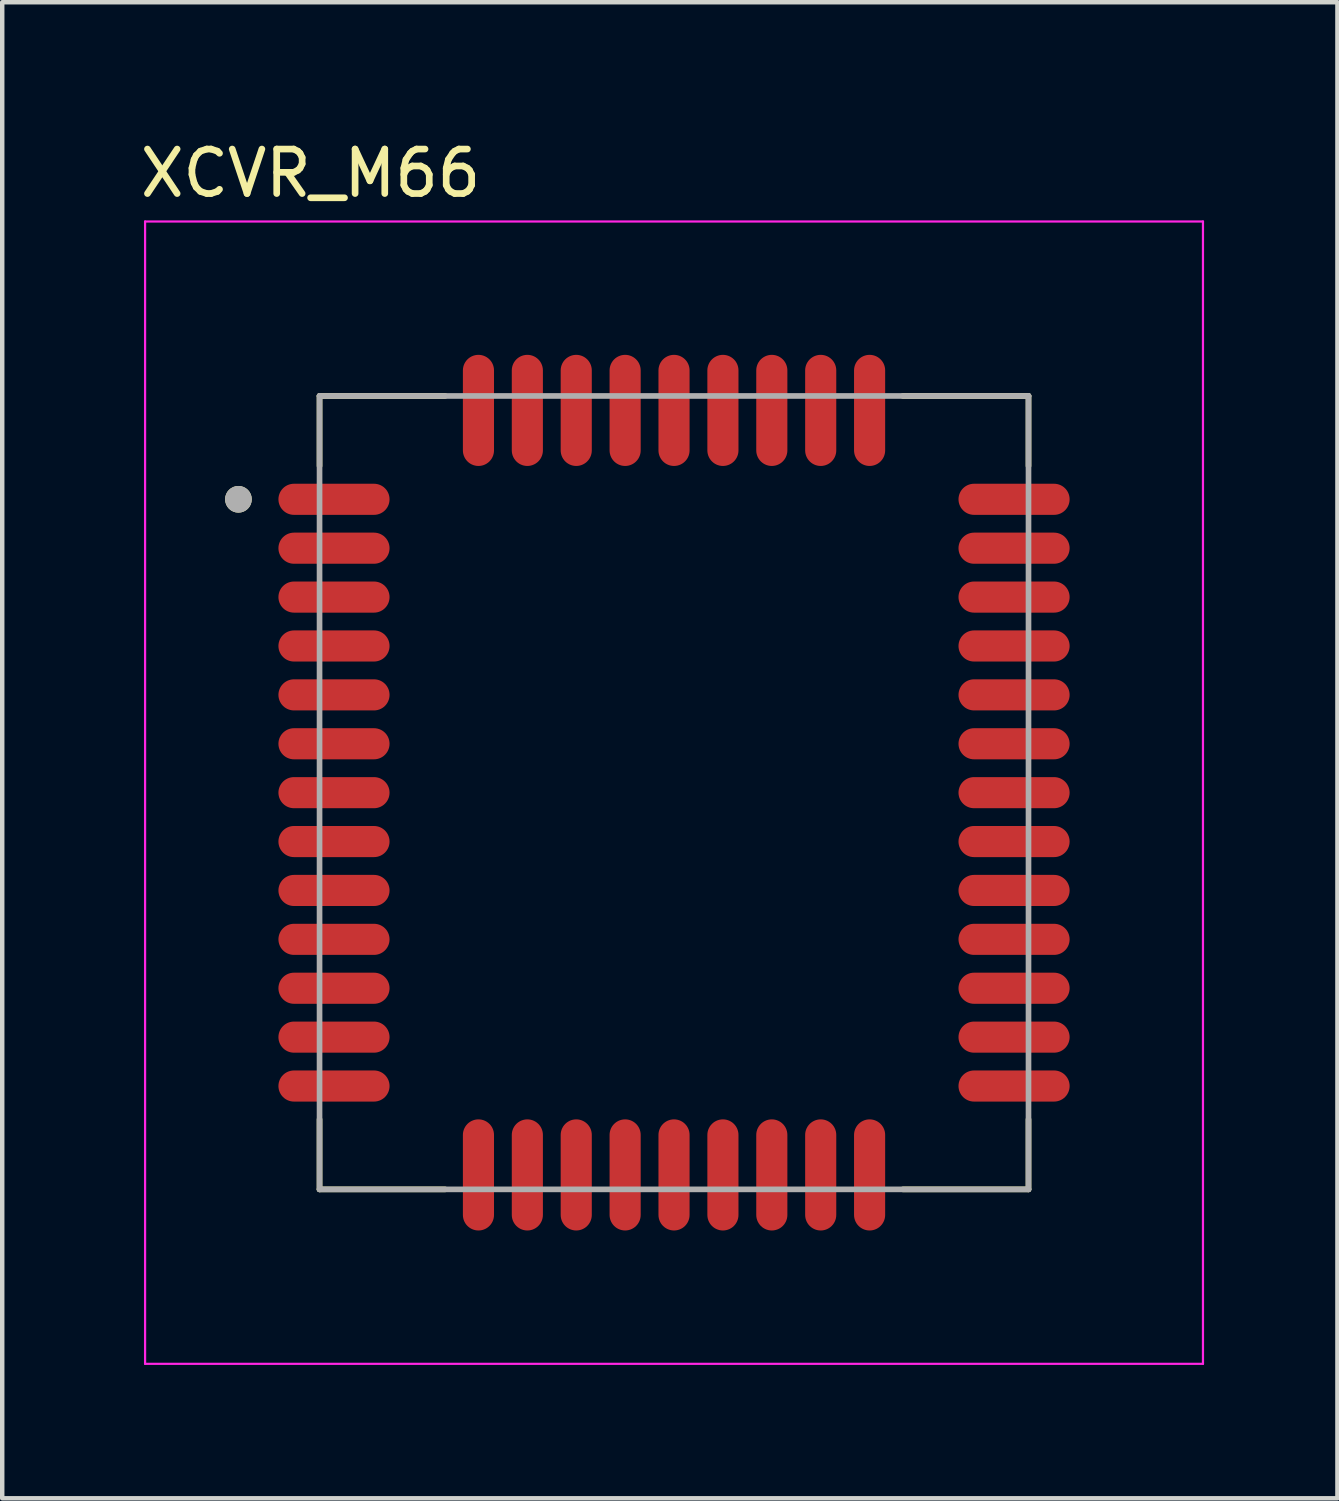
<source format=kicad_pcb>
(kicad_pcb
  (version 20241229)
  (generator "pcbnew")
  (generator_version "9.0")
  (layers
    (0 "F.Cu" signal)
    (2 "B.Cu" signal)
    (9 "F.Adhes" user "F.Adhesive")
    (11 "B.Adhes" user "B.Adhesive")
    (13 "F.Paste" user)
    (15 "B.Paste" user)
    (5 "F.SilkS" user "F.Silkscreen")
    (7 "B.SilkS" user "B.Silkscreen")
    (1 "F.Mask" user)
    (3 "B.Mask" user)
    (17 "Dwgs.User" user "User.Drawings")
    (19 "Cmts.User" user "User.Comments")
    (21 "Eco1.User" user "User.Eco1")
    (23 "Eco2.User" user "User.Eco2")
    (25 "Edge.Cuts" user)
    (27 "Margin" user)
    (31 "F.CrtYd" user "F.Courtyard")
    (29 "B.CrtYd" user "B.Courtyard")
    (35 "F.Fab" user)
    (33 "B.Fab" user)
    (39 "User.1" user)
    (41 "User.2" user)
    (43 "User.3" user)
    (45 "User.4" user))
  (footprint "XCVR_M66"
    (layer "F.Cu")
    (at 12.114 14.783)
    (property "Reference" "XCVR_M66" (at -8.176 -13.934 0) (layer "F.SilkS") (effects (font (size 1.001 1.001) (thickness 0.15))))
    (attr smd)
    (fp_line (start -7.975 -8.925) (end -7.975 -7.35) (stroke (width 0.127) (type solid)) (layer "F.SilkS"))
    (fp_line (start -7.975 7.35) (end -7.975 8.925) (stroke (width 0.127) (type solid)) (layer "F.SilkS"))
    (fp_line (start -7.975 8.925) (end -5.15 8.925) (stroke (width 0.127) (type solid)) (layer "F.SilkS"))
    (fp_line (start -5.15 -8.925) (end -7.975 -8.925) (stroke (width 0.127) (type solid)) (layer "F.SilkS"))
    (fp_line (start 5.15 -8.925) (end 7.975 -8.925) (stroke (width 0.127) (type solid)) (layer "F.SilkS"))
    (fp_line (start 7.975 -8.925) (end 7.975 -7.35) (stroke (width 0.127) (type solid)) (layer "F.SilkS"))
    (fp_line (start 7.975 7.35) (end 7.975 8.925) (stroke (width 0.127) (type solid)) (layer "F.SilkS"))
    (fp_line (start 7.975 8.925) (end 5.15 8.925) (stroke (width 0.127) (type solid)) (layer "F.SilkS"))
    (fp_circle (center -9.8 -6.6) (end -9.65 -6.6) (stroke (width 0.3) (type solid)) (fill no) (layer "F.SilkS"))
    (fp_poly (pts (xy -4.75 -7.8) (xy -4.75 -9.9) (xy -4.748 -9.937) (xy -4.742 -9.973) (xy -4.733 -10.008) (xy -4.72 -10.042) (xy -4.703 -10.075) (xy -4.683 -10.106) (xy -4.66 -10.134) (xy -4.634 -10.16) (xy -4.606 -10.183) (xy -4.575 -10.203) (xy -4.542 -10.22) (xy -4.508 -10.233) (xy -4.473 -10.242) (xy -4.437 -10.248) (xy -4.4 -10.25) (xy -4.363 -10.248) (xy -4.327 -10.242) (xy -4.292 -10.233) (xy -4.258 -10.22) (xy -4.225 -10.203) (xy -4.194 -10.183) (xy -4.166 -10.16) (xy -4.14 -10.134) (xy -4.117 -10.106) (xy -4.097 -10.075) (xy -4.08 -10.042) (xy -4.067 -10.008) (xy -4.058 -9.973) (xy -4.052 -9.937) (xy -4.05 -9.9) (xy -4.05 -7.8) (xy -4.052 -7.763) (xy -4.058 -7.727) (xy -4.067 -7.692) (xy -4.08 -7.658) (xy -4.097 -7.625) (xy -4.117 -7.594) (xy -4.14 -7.566) (xy -4.166 -7.54) (xy -4.194 -7.517) (xy -4.225 -7.497) (xy -4.258 -7.48) (xy -4.292 -7.467) (xy -4.327 -7.458) (xy -4.363 -7.452) (xy -4.4 -7.45) (xy -4.437 -7.452) (xy -4.473 -7.458) (xy -4.508 -7.467) (xy -4.542 -7.48) (xy -4.575 -7.497) (xy -4.606 -7.517) (xy -4.634 -7.54) (xy -4.66 -7.566) (xy -4.683 -7.594) (xy -4.703 -7.625) (xy -4.72 -7.658) (xy -4.733 -7.692) (xy -4.742 -7.727) (xy -4.748 -7.763) (xy -4.75 -7.8)) (stroke (width 0.0001) (type solid)) (fill yes) (layer "F.Paste"))
    (fp_poly (pts (xy -4.75 9.9) (xy -4.75 7.8) (xy -4.748 7.763) (xy -4.742 7.727) (xy -4.733 7.692) (xy -4.72 7.658) (xy -4.703 7.625) (xy -4.683 7.594) (xy -4.66 7.566) (xy -4.634 7.54) (xy -4.606 7.517) (xy -4.575 7.497) (xy -4.542 7.48) (xy -4.508 7.467) (xy -4.473 7.458) (xy -4.437 7.452) (xy -4.4 7.45) (xy -4.363 7.452) (xy -4.327 7.458) (xy -4.292 7.467) (xy -4.258 7.48) (xy -4.225 7.497) (xy -4.194 7.517) (xy -4.166 7.54) (xy -4.14 7.566) (xy -4.117 7.594) (xy -4.097 7.625) (xy -4.08 7.658) (xy -4.067 7.692) (xy -4.058 7.727) (xy -4.052 7.763) (xy -4.05 7.8) (xy -4.05 9.9) (xy -4.052 9.937) (xy -4.058 9.973) (xy -4.067 10.008) (xy -4.08 10.042) (xy -4.097 10.075) (xy -4.117 10.106) (xy -4.14 10.134) (xy -4.166 10.16) (xy -4.194 10.183) (xy -4.225 10.203) (xy -4.258 10.22) (xy -4.292 10.233) (xy -4.327 10.242) (xy -4.363 10.248) (xy -4.4 10.25) (xy -4.437 10.248) (xy -4.473 10.242) (xy -4.508 10.233) (xy -4.542 10.22) (xy -4.575 10.203) (xy -4.606 10.183) (xy -4.634 10.16) (xy -4.66 10.134) (xy -4.683 10.106) (xy -4.703 10.075) (xy -4.72 10.042) (xy -4.733 10.008) (xy -4.742 9.973) (xy -4.748 9.937) (xy -4.75 9.9)) (stroke (width 0.0001) (type solid)) (fill yes) (layer "F.Paste"))
    (fp_poly (pts (xy -3.65 -7.8) (xy -3.65 -9.9) (xy -3.648 -9.937) (xy -3.642 -9.973) (xy -3.633 -10.008) (xy -3.62 -10.042) (xy -3.603 -10.075) (xy -3.583 -10.106) (xy -3.56 -10.134) (xy -3.534 -10.16) (xy -3.506 -10.183) (xy -3.475 -10.203) (xy -3.442 -10.22) (xy -3.408 -10.233) (xy -3.373 -10.242) (xy -3.337 -10.248) (xy -3.3 -10.25) (xy -3.263 -10.248) (xy -3.227 -10.242) (xy -3.192 -10.233) (xy -3.158 -10.22) (xy -3.125 -10.203) (xy -3.094 -10.183) (xy -3.066 -10.16) (xy -3.04 -10.134) (xy -3.017 -10.106) (xy -2.997 -10.075) (xy -2.98 -10.042) (xy -2.967 -10.008) (xy -2.958 -9.973) (xy -2.952 -9.937) (xy -2.95 -9.9) (xy -2.95 -7.8) (xy -2.952 -7.763) (xy -2.958 -7.727) (xy -2.967 -7.692) (xy -2.98 -7.658) (xy -2.997 -7.625) (xy -3.017 -7.594) (xy -3.04 -7.566) (xy -3.066 -7.54) (xy -3.094 -7.517) (xy -3.125 -7.497) (xy -3.158 -7.48) (xy -3.192 -7.467) (xy -3.227 -7.458) (xy -3.263 -7.452) (xy -3.3 -7.45) (xy -3.337 -7.452) (xy -3.373 -7.458) (xy -3.408 -7.467) (xy -3.442 -7.48) (xy -3.475 -7.497) (xy -3.506 -7.517) (xy -3.534 -7.54) (xy -3.56 -7.566) (xy -3.583 -7.594) (xy -3.603 -7.625) (xy -3.62 -7.658) (xy -3.633 -7.692) (xy -3.642 -7.727) (xy -3.648 -7.763) (xy -3.65 -7.8)) (stroke (width 0.0001) (type solid)) (fill yes) (layer "F.Paste"))
    (fp_poly (pts (xy -3.65 9.9) (xy -3.65 7.8) (xy -3.648 7.763) (xy -3.642 7.727) (xy -3.633 7.692) (xy -3.62 7.658) (xy -3.603 7.625) (xy -3.583 7.594) (xy -3.56 7.566) (xy -3.534 7.54) (xy -3.506 7.517) (xy -3.475 7.497) (xy -3.442 7.48) (xy -3.408 7.467) (xy -3.373 7.458) (xy -3.337 7.452) (xy -3.3 7.45) (xy -3.263 7.452) (xy -3.227 7.458) (xy -3.192 7.467) (xy -3.158 7.48) (xy -3.125 7.497) (xy -3.094 7.517) (xy -3.066 7.54) (xy -3.04 7.566) (xy -3.017 7.594) (xy -2.997 7.625) (xy -2.98 7.658) (xy -2.967 7.692) (xy -2.958 7.727) (xy -2.952 7.763) (xy -2.95 7.8) (xy -2.95 9.9) (xy -2.952 9.937) (xy -2.958 9.973) (xy -2.967 10.008) (xy -2.98 10.042) (xy -2.997 10.075) (xy -3.017 10.106) (xy -3.04 10.134) (xy -3.066 10.16) (xy -3.094 10.183) (xy -3.125 10.203) (xy -3.158 10.22) (xy -3.192 10.233) (xy -3.227 10.242) (xy -3.263 10.248) (xy -3.3 10.25) (xy -3.337 10.248) (xy -3.373 10.242) (xy -3.408 10.233) (xy -3.442 10.22) (xy -3.475 10.203) (xy -3.506 10.183) (xy -3.534 10.16) (xy -3.56 10.134) (xy -3.583 10.106) (xy -3.603 10.075) (xy -3.62 10.042) (xy -3.633 10.008) (xy -3.642 9.973) (xy -3.648 9.937) (xy -3.65 9.9)) (stroke (width 0.0001) (type solid)) (fill yes) (layer "F.Paste"))
    (fp_poly (pts (xy -2.55 -7.8) (xy -2.55 -9.9) (xy -2.548 -9.937) (xy -2.542 -9.973) (xy -2.533 -10.008) (xy -2.52 -10.042) (xy -2.503 -10.075) (xy -2.483 -10.106) (xy -2.46 -10.134) (xy -2.434 -10.16) (xy -2.406 -10.183) (xy -2.375 -10.203) (xy -2.342 -10.22) (xy -2.308 -10.233) (xy -2.273 -10.242) (xy -2.237 -10.248) (xy -2.2 -10.25) (xy -2.163 -10.248) (xy -2.127 -10.242) (xy -2.092 -10.233) (xy -2.058 -10.22) (xy -2.025 -10.203) (xy -1.994 -10.183) (xy -1.966 -10.16) (xy -1.94 -10.134) (xy -1.917 -10.106) (xy -1.897 -10.075) (xy -1.88 -10.042) (xy -1.867 -10.008) (xy -1.858 -9.973) (xy -1.852 -9.937) (xy -1.85 -9.9) (xy -1.85 -7.8) (xy -1.852 -7.763) (xy -1.858 -7.727) (xy -1.867 -7.692) (xy -1.88 -7.658) (xy -1.897 -7.625) (xy -1.917 -7.594) (xy -1.94 -7.566) (xy -1.966 -7.54) (xy -1.994 -7.517) (xy -2.025 -7.497) (xy -2.058 -7.48) (xy -2.092 -7.467) (xy -2.127 -7.458) (xy -2.163 -7.452) (xy -2.2 -7.45) (xy -2.237 -7.452) (xy -2.273 -7.458) (xy -2.308 -7.467) (xy -2.342 -7.48) (xy -2.375 -7.497) (xy -2.406 -7.517) (xy -2.434 -7.54) (xy -2.46 -7.566) (xy -2.483 -7.594) (xy -2.503 -7.625) (xy -2.52 -7.658) (xy -2.533 -7.692) (xy -2.542 -7.727) (xy -2.548 -7.763) (xy -2.55 -7.8)) (stroke (width 0.0001) (type solid)) (fill yes) (layer "F.Paste"))
    (fp_poly (pts (xy -2.55 9.9) (xy -2.55 7.8) (xy -2.548 7.763) (xy -2.542 7.727) (xy -2.533 7.692) (xy -2.52 7.658) (xy -2.503 7.625) (xy -2.483 7.594) (xy -2.46 7.566) (xy -2.434 7.54) (xy -2.406 7.517) (xy -2.375 7.497) (xy -2.342 7.48) (xy -2.308 7.467) (xy -2.273 7.458) (xy -2.237 7.452) (xy -2.2 7.45) (xy -2.163 7.452) (xy -2.127 7.458) (xy -2.092 7.467) (xy -2.058 7.48) (xy -2.025 7.497) (xy -1.994 7.517) (xy -1.966 7.54) (xy -1.94 7.566) (xy -1.917 7.594) (xy -1.897 7.625) (xy -1.88 7.658) (xy -1.867 7.692) (xy -1.858 7.727) (xy -1.852 7.763) (xy -1.85 7.8) (xy -1.85 9.9) (xy -1.852 9.937) (xy -1.858 9.973) (xy -1.867 10.008) (xy -1.88 10.042) (xy -1.897 10.075) (xy -1.917 10.106) (xy -1.94 10.134) (xy -1.966 10.16) (xy -1.994 10.183) (xy -2.025 10.203) (xy -2.058 10.22) (xy -2.092 10.233) (xy -2.127 10.242) (xy -2.163 10.248) (xy -2.2 10.25) (xy -2.237 10.248) (xy -2.273 10.242) (xy -2.308 10.233) (xy -2.342 10.22) (xy -2.375 10.203) (xy -2.406 10.183) (xy -2.434 10.16) (xy -2.46 10.134) (xy -2.483 10.106) (xy -2.503 10.075) (xy -2.52 10.042) (xy -2.533 10.008) (xy -2.542 9.973) (xy -2.548 9.937) (xy -2.55 9.9)) (stroke (width 0.0001) (type solid)) (fill yes) (layer "F.Paste"))
    (fp_poly (pts (xy -1.45 -7.8) (xy -1.45 -9.9) (xy -1.448 -9.937) (xy -1.442 -9.973) (xy -1.433 -10.008) (xy -1.42 -10.042) (xy -1.403 -10.075) (xy -1.383 -10.106) (xy -1.36 -10.134) (xy -1.334 -10.16) (xy -1.306 -10.183) (xy -1.275 -10.203) (xy -1.242 -10.22) (xy -1.208 -10.233) (xy -1.173 -10.242) (xy -1.137 -10.248) (xy -1.1 -10.25) (xy -1.063 -10.248) (xy -1.027 -10.242) (xy -0.992 -10.233) (xy -0.958 -10.22) (xy -0.925 -10.203) (xy -0.894 -10.183) (xy -0.866 -10.16) (xy -0.84 -10.134) (xy -0.817 -10.106) (xy -0.797 -10.075) (xy -0.78 -10.042) (xy -0.767 -10.008) (xy -0.758 -9.973) (xy -0.752 -9.937) (xy -0.75 -9.9) (xy -0.75 -7.8) (xy -0.752 -7.763) (xy -0.758 -7.727) (xy -0.767 -7.692) (xy -0.78 -7.658) (xy -0.797 -7.625) (xy -0.817 -7.594) (xy -0.84 -7.566) (xy -0.866 -7.54) (xy -0.894 -7.517) (xy -0.925 -7.497) (xy -0.958 -7.48) (xy -0.992 -7.467) (xy -1.027 -7.458) (xy -1.063 -7.452) (xy -1.1 -7.45) (xy -1.137 -7.452) (xy -1.173 -7.458) (xy -1.208 -7.467) (xy -1.242 -7.48) (xy -1.275 -7.497) (xy -1.306 -7.517) (xy -1.334 -7.54) (xy -1.36 -7.566) (xy -1.383 -7.594) (xy -1.403 -7.625) (xy -1.42 -7.658) (xy -1.433 -7.692) (xy -1.442 -7.727) (xy -1.448 -7.763) (xy -1.45 -7.8)) (stroke (width 0.0001) (type solid)) (fill yes) (layer "F.Paste"))
    (fp_poly (pts (xy -1.45 9.9) (xy -1.45 7.8) (xy -1.448 7.763) (xy -1.442 7.727) (xy -1.433 7.692) (xy -1.42 7.658) (xy -1.403 7.625) (xy -1.383 7.594) (xy -1.36 7.566) (xy -1.334 7.54) (xy -1.306 7.517) (xy -1.275 7.497) (xy -1.242 7.48) (xy -1.208 7.467) (xy -1.173 7.458) (xy -1.137 7.452) (xy -1.1 7.45) (xy -1.063 7.452) (xy -1.027 7.458) (xy -0.992 7.467) (xy -0.958 7.48) (xy -0.925 7.497) (xy -0.894 7.517) (xy -0.866 7.54) (xy -0.84 7.566) (xy -0.817 7.594) (xy -0.797 7.625) (xy -0.78 7.658) (xy -0.767 7.692) (xy -0.758 7.727) (xy -0.752 7.763) (xy -0.75 7.8) (xy -0.75 9.9) (xy -0.752 9.937) (xy -0.758 9.973) (xy -0.767 10.008) (xy -0.78 10.042) (xy -0.797 10.075) (xy -0.817 10.106) (xy -0.84 10.134) (xy -0.866 10.16) (xy -0.894 10.183) (xy -0.925 10.203) (xy -0.958 10.22) (xy -0.992 10.233) (xy -1.027 10.242) (xy -1.063 10.248) (xy -1.1 10.25) (xy -1.137 10.248) (xy -1.173 10.242) (xy -1.208 10.233) (xy -1.242 10.22) (xy -1.275 10.203) (xy -1.306 10.183) (xy -1.334 10.16) (xy -1.36 10.134) (xy -1.383 10.106) (xy -1.403 10.075) (xy -1.42 10.042) (xy -1.433 10.008) (xy -1.442 9.973) (xy -1.448 9.937) (xy -1.45 9.9)) (stroke (width 0.0001) (type solid)) (fill yes) (layer "F.Paste"))
    (fp_poly (pts (xy -0.35 -7.8) (xy -0.35 -9.9) (xy -0.348 -9.937) (xy -0.342 -9.973) (xy -0.333 -10.008) (xy -0.32 -10.042) (xy -0.303 -10.075) (xy -0.283 -10.106) (xy -0.26 -10.134) (xy -0.234 -10.16) (xy -0.206 -10.183) (xy -0.175 -10.203) (xy -0.142 -10.22) (xy -0.108 -10.233) (xy -0.073 -10.242) (xy -0.037 -10.248) (xy 0 -10.25) (xy 0.037 -10.248) (xy 0.073 -10.242) (xy 0.108 -10.233) (xy 0.142 -10.22) (xy 0.175 -10.203) (xy 0.206 -10.183) (xy 0.234 -10.16) (xy 0.26 -10.134) (xy 0.283 -10.106) (xy 0.303 -10.075) (xy 0.32 -10.042) (xy 0.333 -10.008) (xy 0.342 -9.973) (xy 0.348 -9.937) (xy 0.35 -9.9) (xy 0.35 -7.8) (xy 0.348 -7.763) (xy 0.342 -7.727) (xy 0.333 -7.692) (xy 0.32 -7.658) (xy 0.303 -7.625) (xy 0.283 -7.594) (xy 0.26 -7.566) (xy 0.234 -7.54) (xy 0.206 -7.517) (xy 0.175 -7.497) (xy 0.142 -7.48) (xy 0.108 -7.467) (xy 0.073 -7.458) (xy 0.037 -7.452) (xy 0 -7.45) (xy -0.037 -7.452) (xy -0.073 -7.458) (xy -0.108 -7.467) (xy -0.142 -7.48) (xy -0.175 -7.497) (xy -0.206 -7.517) (xy -0.234 -7.54) (xy -0.26 -7.566) (xy -0.283 -7.594) (xy -0.303 -7.625) (xy -0.32 -7.658) (xy -0.333 -7.692) (xy -0.342 -7.727) (xy -0.348 -7.763) (xy -0.35 -7.8)) (stroke (width 0.0001) (type solid)) (fill yes) (layer "F.Paste"))
    (fp_poly (pts (xy -0.35 9.9) (xy -0.35 7.8) (xy -0.348 7.763) (xy -0.342 7.727) (xy -0.333 7.692) (xy -0.32 7.658) (xy -0.303 7.625) (xy -0.283 7.594) (xy -0.26 7.566) (xy -0.234 7.54) (xy -0.206 7.517) (xy -0.175 7.497) (xy -0.142 7.48) (xy -0.108 7.467) (xy -0.073 7.458) (xy -0.037 7.452) (xy 0 7.45) (xy 0.037 7.452) (xy 0.073 7.458) (xy 0.108 7.467) (xy 0.142 7.48) (xy 0.175 7.497) (xy 0.206 7.517) (xy 0.234 7.54) (xy 0.26 7.566) (xy 0.283 7.594) (xy 0.303 7.625) (xy 0.32 7.658) (xy 0.333 7.692) (xy 0.342 7.727) (xy 0.348 7.763) (xy 0.35 7.8) (xy 0.35 9.9) (xy 0.348 9.937) (xy 0.342 9.973) (xy 0.333 10.008) (xy 0.32 10.042) (xy 0.303 10.075) (xy 0.283 10.106) (xy 0.26 10.134) (xy 0.234 10.16) (xy 0.206 10.183) (xy 0.175 10.203) (xy 0.142 10.22) (xy 0.108 10.233) (xy 0.073 10.242) (xy 0.037 10.248) (xy 0 10.25) (xy -0.037 10.248) (xy -0.073 10.242) (xy -0.108 10.233) (xy -0.142 10.22) (xy -0.175 10.203) (xy -0.206 10.183) (xy -0.234 10.16) (xy -0.26 10.134) (xy -0.283 10.106) (xy -0.303 10.075) (xy -0.32 10.042) (xy -0.333 10.008) (xy -0.342 9.973) (xy -0.348 9.937) (xy -0.35 9.9)) (stroke (width 0.0001) (type solid)) (fill yes) (layer "F.Paste"))
    (fp_poly (pts (xy 0.75 -7.8) (xy 0.75 -9.9) (xy 0.752 -9.937) (xy 0.758 -9.973) (xy 0.767 -10.008) (xy 0.78 -10.042) (xy 0.797 -10.075) (xy 0.817 -10.106) (xy 0.84 -10.134) (xy 0.866 -10.16) (xy 0.894 -10.183) (xy 0.925 -10.203) (xy 0.958 -10.22) (xy 0.992 -10.233) (xy 1.027 -10.242) (xy 1.063 -10.248) (xy 1.1 -10.25) (xy 1.137 -10.248) (xy 1.173 -10.242) (xy 1.208 -10.233) (xy 1.242 -10.22) (xy 1.275 -10.203) (xy 1.306 -10.183) (xy 1.334 -10.16) (xy 1.36 -10.134) (xy 1.383 -10.106) (xy 1.403 -10.075) (xy 1.42 -10.042) (xy 1.433 -10.008) (xy 1.442 -9.973) (xy 1.448 -9.937) (xy 1.45 -9.9) (xy 1.45 -7.8) (xy 1.448 -7.763) (xy 1.442 -7.727) (xy 1.433 -7.692) (xy 1.42 -7.658) (xy 1.403 -7.625) (xy 1.383 -7.594) (xy 1.36 -7.566) (xy 1.334 -7.54) (xy 1.306 -7.517) (xy 1.275 -7.497) (xy 1.242 -7.48) (xy 1.208 -7.467) (xy 1.173 -7.458) (xy 1.137 -7.452) (xy 1.1 -7.45) (xy 1.063 -7.452) (xy 1.027 -7.458) (xy 0.992 -7.467) (xy 0.958 -7.48) (xy 0.925 -7.497) (xy 0.894 -7.517) (xy 0.866 -7.54) (xy 0.84 -7.566) (xy 0.817 -7.594) (xy 0.797 -7.625) (xy 0.78 -7.658) (xy 0.767 -7.692) (xy 0.758 -7.727) (xy 0.752 -7.763) (xy 0.75 -7.8)) (stroke (width 0.0001) (type solid)) (fill yes) (layer "F.Paste"))
    (fp_poly (pts (xy 0.75 9.9) (xy 0.75 7.8) (xy 0.752 7.763) (xy 0.758 7.727) (xy 0.767 7.692) (xy 0.78 7.658) (xy 0.797 7.625) (xy 0.817 7.594) (xy 0.84 7.566) (xy 0.866 7.54) (xy 0.894 7.517) (xy 0.925 7.497) (xy 0.958 7.48) (xy 0.992 7.467) (xy 1.027 7.458) (xy 1.063 7.452) (xy 1.1 7.45) (xy 1.137 7.452) (xy 1.173 7.458) (xy 1.208 7.467) (xy 1.242 7.48) (xy 1.275 7.497) (xy 1.306 7.517) (xy 1.334 7.54) (xy 1.36 7.566) (xy 1.383 7.594) (xy 1.403 7.625) (xy 1.42 7.658) (xy 1.433 7.692) (xy 1.442 7.727) (xy 1.448 7.763) (xy 1.45 7.8) (xy 1.45 9.9) (xy 1.448 9.937) (xy 1.442 9.973) (xy 1.433 10.008) (xy 1.42 10.042) (xy 1.403 10.075) (xy 1.383 10.106) (xy 1.36 10.134) (xy 1.334 10.16) (xy 1.306 10.183) (xy 1.275 10.203) (xy 1.242 10.22) (xy 1.208 10.233) (xy 1.173 10.242) (xy 1.137 10.248) (xy 1.1 10.25) (xy 1.063 10.248) (xy 1.027 10.242) (xy 0.992 10.233) (xy 0.958 10.22) (xy 0.925 10.203) (xy 0.894 10.183) (xy 0.866 10.16) (xy 0.84 10.134) (xy 0.817 10.106) (xy 0.797 10.075) (xy 0.78 10.042) (xy 0.767 10.008) (xy 0.758 9.973) (xy 0.752 9.937) (xy 0.75 9.9)) (stroke (width 0.0001) (type solid)) (fill yes) (layer "F.Paste"))
    (fp_poly (pts (xy 1.85 -7.8) (xy 1.85 -9.9) (xy 1.852 -9.937) (xy 1.858 -9.973) (xy 1.867 -10.008) (xy 1.88 -10.042) (xy 1.897 -10.075) (xy 1.917 -10.106) (xy 1.94 -10.134) (xy 1.966 -10.16) (xy 1.994 -10.183) (xy 2.025 -10.203) (xy 2.058 -10.22) (xy 2.092 -10.233) (xy 2.127 -10.242) (xy 2.163 -10.248) (xy 2.2 -10.25) (xy 2.237 -10.248) (xy 2.273 -10.242) (xy 2.308 -10.233) (xy 2.342 -10.22) (xy 2.375 -10.203) (xy 2.406 -10.183) (xy 2.434 -10.16) (xy 2.46 -10.134) (xy 2.483 -10.106) (xy 2.503 -10.075) (xy 2.52 -10.042) (xy 2.533 -10.008) (xy 2.542 -9.973) (xy 2.548 -9.937) (xy 2.55 -9.9) (xy 2.55 -7.8) (xy 2.548 -7.763) (xy 2.542 -7.727) (xy 2.533 -7.692) (xy 2.52 -7.658) (xy 2.503 -7.625) (xy 2.483 -7.594) (xy 2.46 -7.566) (xy 2.434 -7.54) (xy 2.406 -7.517) (xy 2.375 -7.497) (xy 2.342 -7.48) (xy 2.308 -7.467) (xy 2.273 -7.458) (xy 2.237 -7.452) (xy 2.2 -7.45) (xy 2.163 -7.452) (xy 2.127 -7.458) (xy 2.092 -7.467) (xy 2.058 -7.48) (xy 2.025 -7.497) (xy 1.994 -7.517) (xy 1.966 -7.54) (xy 1.94 -7.566) (xy 1.917 -7.594) (xy 1.897 -7.625) (xy 1.88 -7.658) (xy 1.867 -7.692) (xy 1.858 -7.727) (xy 1.852 -7.763) (xy 1.85 -7.8)) (stroke (width 0.0001) (type solid)) (fill yes) (layer "F.Paste"))
    (fp_poly (pts (xy 1.85 9.9) (xy 1.85 7.8) (xy 1.852 7.763) (xy 1.858 7.727) (xy 1.867 7.692) (xy 1.88 7.658) (xy 1.897 7.625) (xy 1.917 7.594) (xy 1.94 7.566) (xy 1.966 7.54) (xy 1.994 7.517) (xy 2.025 7.497) (xy 2.058 7.48) (xy 2.092 7.467) (xy 2.127 7.458) (xy 2.163 7.452) (xy 2.2 7.45) (xy 2.237 7.452) (xy 2.273 7.458) (xy 2.308 7.467) (xy 2.342 7.48) (xy 2.375 7.497) (xy 2.406 7.517) (xy 2.434 7.54) (xy 2.46 7.566) (xy 2.483 7.594) (xy 2.503 7.625) (xy 2.52 7.658) (xy 2.533 7.692) (xy 2.542 7.727) (xy 2.548 7.763) (xy 2.55 7.8) (xy 2.55 9.9) (xy 2.548 9.937) (xy 2.542 9.973) (xy 2.533 10.008) (xy 2.52 10.042) (xy 2.503 10.075) (xy 2.483 10.106) (xy 2.46 10.134) (xy 2.434 10.16) (xy 2.406 10.183) (xy 2.375 10.203) (xy 2.342 10.22) (xy 2.308 10.233) (xy 2.273 10.242) (xy 2.237 10.248) (xy 2.2 10.25) (xy 2.163 10.248) (xy 2.127 10.242) (xy 2.092 10.233) (xy 2.058 10.22) (xy 2.025 10.203) (xy 1.994 10.183) (xy 1.966 10.16) (xy 1.94 10.134) (xy 1.917 10.106) (xy 1.897 10.075) (xy 1.88 10.042) (xy 1.867 10.008) (xy 1.858 9.973) (xy 1.852 9.937) (xy 1.85 9.9)) (stroke (width 0.0001) (type solid)) (fill yes) (layer "F.Paste"))
    (fp_poly (pts (xy 2.95 -7.8) (xy 2.95 -9.9) (xy 2.952 -9.937) (xy 2.958 -9.973) (xy 2.967 -10.008) (xy 2.98 -10.042) (xy 2.997 -10.075) (xy 3.017 -10.106) (xy 3.04 -10.134) (xy 3.066 -10.16) (xy 3.094 -10.183) (xy 3.125 -10.203) (xy 3.158 -10.22) (xy 3.192 -10.233) (xy 3.227 -10.242) (xy 3.263 -10.248) (xy 3.3 -10.25) (xy 3.337 -10.248) (xy 3.373 -10.242) (xy 3.408 -10.233) (xy 3.442 -10.22) (xy 3.475 -10.203) (xy 3.506 -10.183) (xy 3.534 -10.16) (xy 3.56 -10.134) (xy 3.583 -10.106) (xy 3.603 -10.075) (xy 3.62 -10.042) (xy 3.633 -10.008) (xy 3.642 -9.973) (xy 3.648 -9.937) (xy 3.65 -9.9) (xy 3.65 -7.8) (xy 3.648 -7.763) (xy 3.642 -7.727) (xy 3.633 -7.692) (xy 3.62 -7.658) (xy 3.603 -7.625) (xy 3.583 -7.594) (xy 3.56 -7.566) (xy 3.534 -7.54) (xy 3.506 -7.517) (xy 3.475 -7.497) (xy 3.442 -7.48) (xy 3.408 -7.467) (xy 3.373 -7.458) (xy 3.337 -7.452) (xy 3.3 -7.45) (xy 3.263 -7.452) (xy 3.227 -7.458) (xy 3.192 -7.467) (xy 3.158 -7.48) (xy 3.125 -7.497) (xy 3.094 -7.517) (xy 3.066 -7.54) (xy 3.04 -7.566) (xy 3.017 -7.594) (xy 2.997 -7.625) (xy 2.98 -7.658) (xy 2.967 -7.692) (xy 2.958 -7.727) (xy 2.952 -7.763) (xy 2.95 -7.8)) (stroke (width 0.0001) (type solid)) (fill yes) (layer "F.Paste"))
    (fp_poly (pts (xy 2.95 9.9) (xy 2.95 7.8) (xy 2.952 7.763) (xy 2.958 7.727) (xy 2.967 7.692) (xy 2.98 7.658) (xy 2.997 7.625) (xy 3.017 7.594) (xy 3.04 7.566) (xy 3.066 7.54) (xy 3.094 7.517) (xy 3.125 7.497) (xy 3.158 7.48) (xy 3.192 7.467) (xy 3.227 7.458) (xy 3.263 7.452) (xy 3.3 7.45) (xy 3.337 7.452) (xy 3.373 7.458) (xy 3.408 7.467) (xy 3.442 7.48) (xy 3.475 7.497) (xy 3.506 7.517) (xy 3.534 7.54) (xy 3.56 7.566) (xy 3.583 7.594) (xy 3.603 7.625) (xy 3.62 7.658) (xy 3.633 7.692) (xy 3.642 7.727) (xy 3.648 7.763) (xy 3.65 7.8) (xy 3.65 9.9) (xy 3.648 9.937) (xy 3.642 9.973) (xy 3.633 10.008) (xy 3.62 10.042) (xy 3.603 10.075) (xy 3.583 10.106) (xy 3.56 10.134) (xy 3.534 10.16) (xy 3.506 10.183) (xy 3.475 10.203) (xy 3.442 10.22) (xy 3.408 10.233) (xy 3.373 10.242) (xy 3.337 10.248) (xy 3.3 10.25) (xy 3.263 10.248) (xy 3.227 10.242) (xy 3.192 10.233) (xy 3.158 10.22) (xy 3.125 10.203) (xy 3.094 10.183) (xy 3.066 10.16) (xy 3.04 10.134) (xy 3.017 10.106) (xy 2.997 10.075) (xy 2.98 10.042) (xy 2.967 10.008) (xy 2.958 9.973) (xy 2.952 9.937) (xy 2.95 9.9)) (stroke (width 0.0001) (type solid)) (fill yes) (layer "F.Paste"))
    (fp_poly (pts (xy 4.05 -7.8) (xy 4.05 -9.9) (xy 4.052 -9.937) (xy 4.058 -9.973) (xy 4.067 -10.008) (xy 4.08 -10.042) (xy 4.097 -10.075) (xy 4.117 -10.106) (xy 4.14 -10.134) (xy 4.166 -10.16) (xy 4.194 -10.183) (xy 4.225 -10.203) (xy 4.258 -10.22) (xy 4.292 -10.233) (xy 4.327 -10.242) (xy 4.363 -10.248) (xy 4.4 -10.25) (xy 4.437 -10.248) (xy 4.473 -10.242) (xy 4.508 -10.233) (xy 4.542 -10.22) (xy 4.575 -10.203) (xy 4.606 -10.183) (xy 4.634 -10.16) (xy 4.66 -10.134) (xy 4.683 -10.106) (xy 4.703 -10.075) (xy 4.72 -10.042) (xy 4.733 -10.008) (xy 4.742 -9.973) (xy 4.748 -9.937) (xy 4.75 -9.9) (xy 4.75 -7.8) (xy 4.748 -7.763) (xy 4.742 -7.727) (xy 4.733 -7.692) (xy 4.72 -7.658) (xy 4.703 -7.625) (xy 4.683 -7.594) (xy 4.66 -7.566) (xy 4.634 -7.54) (xy 4.606 -7.517) (xy 4.575 -7.497) (xy 4.542 -7.48) (xy 4.508 -7.467) (xy 4.473 -7.458) (xy 4.437 -7.452) (xy 4.4 -7.45) (xy 4.363 -7.452) (xy 4.327 -7.458) (xy 4.292 -7.467) (xy 4.258 -7.48) (xy 4.225 -7.497) (xy 4.194 -7.517) (xy 4.166 -7.54) (xy 4.14 -7.566) (xy 4.117 -7.594) (xy 4.097 -7.625) (xy 4.08 -7.658) (xy 4.067 -7.692) (xy 4.058 -7.727) (xy 4.052 -7.763) (xy 4.05 -7.8)) (stroke (width 0.0001) (type solid)) (fill yes) (layer "F.Paste"))
    (fp_poly (pts (xy 4.05 9.9) (xy 4.05 7.8) (xy 4.052 7.763) (xy 4.058 7.727) (xy 4.067 7.692) (xy 4.08 7.658) (xy 4.097 7.625) (xy 4.117 7.594) (xy 4.14 7.566) (xy 4.166 7.54) (xy 4.194 7.517) (xy 4.225 7.497) (xy 4.258 7.48) (xy 4.292 7.467) (xy 4.327 7.458) (xy 4.363 7.452) (xy 4.4 7.45) (xy 4.437 7.452) (xy 4.473 7.458) (xy 4.508 7.467) (xy 4.542 7.48) (xy 4.575 7.497) (xy 4.606 7.517) (xy 4.634 7.54) (xy 4.66 7.566) (xy 4.683 7.594) (xy 4.703 7.625) (xy 4.72 7.658) (xy 4.733 7.692) (xy 4.742 7.727) (xy 4.748 7.763) (xy 4.75 7.8) (xy 4.75 9.9) (xy 4.748 9.937) (xy 4.742 9.973) (xy 4.733 10.008) (xy 4.72 10.042) (xy 4.703 10.075) (xy 4.683 10.106) (xy 4.66 10.134) (xy 4.634 10.16) (xy 4.606 10.183) (xy 4.575 10.203) (xy 4.542 10.22) (xy 4.508 10.233) (xy 4.473 10.242) (xy 4.437 10.248) (xy 4.4 10.25) (xy 4.363 10.248) (xy 4.327 10.242) (xy 4.292 10.233) (xy 4.258 10.22) (xy 4.225 10.203) (xy 4.194 10.183) (xy 4.166 10.16) (xy 4.14 10.134) (xy 4.117 10.106) (xy 4.097 10.075) (xy 4.08 10.042) (xy 4.067 10.008) (xy 4.058 9.973) (xy 4.052 9.937) (xy 4.05 9.9)) (stroke (width 0.0001) (type solid)) (fill yes) (layer "F.Paste"))
    (fp_poly (pts (xy -7.9 -6.95) (xy -6.85 -6.95) (xy -6.813 -6.948) (xy -6.777 -6.942) (xy -6.742 -6.933) (xy -6.708 -6.92) (xy -6.675 -6.903) (xy -6.644 -6.883) (xy -6.616 -6.86) (xy -6.59 -6.834) (xy -6.567 -6.806) (xy -6.547 -6.775) (xy -6.53 -6.742) (xy -6.517 -6.708) (xy -6.508 -6.673) (xy -6.502 -6.637) (xy -6.5 -6.6) (xy -6.502 -6.563) (xy -6.508 -6.527) (xy -6.517 -6.492) (xy -6.53 -6.458) (xy -6.547 -6.425) (xy -6.567 -6.394) (xy -6.59 -6.366) (xy -6.616 -6.34) (xy -6.644 -6.317) (xy -6.675 -6.297) (xy -6.708 -6.28) (xy -6.742 -6.267) (xy -6.777 -6.258) (xy -6.813 -6.252) (xy -6.85 -6.25) (xy -8.95 -6.25) (xy -8.987 -6.252) (xy -9.023 -6.258) (xy -9.058 -6.267) (xy -9.092 -6.28) (xy -9.125 -6.297) (xy -9.156 -6.317) (xy -9.184 -6.34) (xy -9.21 -6.366) (xy -9.233 -6.394) (xy -9.253 -6.425) (xy -9.27 -6.458) (xy -9.283 -6.492) (xy -9.292 -6.527) (xy -9.298 -6.563) (xy -9.3 -6.6) (xy -9.298 -6.637) (xy -9.292 -6.673) (xy -9.283 -6.708) (xy -9.27 -6.742) (xy -9.253 -6.775) (xy -9.233 -6.806) (xy -9.21 -6.834) (xy -9.184 -6.86) (xy -9.156 -6.883) (xy -9.125 -6.903) (xy -9.092 -6.92) (xy -9.058 -6.933) (xy -9.023 -6.942) (xy -8.987 -6.948) (xy -8.95 -6.95) (xy -7.9 -6.95)) (stroke (width 0.0001) (type solid)) (fill yes) (layer "F.Paste"))
    (fp_poly (pts (xy -7.9 -5.85) (xy -6.85 -5.85) (xy -6.813 -5.848) (xy -6.777 -5.842) (xy -6.742 -5.833) (xy -6.708 -5.82) (xy -6.675 -5.803) (xy -6.644 -5.783) (xy -6.616 -5.76) (xy -6.59 -5.734) (xy -6.567 -5.706) (xy -6.547 -5.675) (xy -6.53 -5.642) (xy -6.517 -5.608) (xy -6.508 -5.573) (xy -6.502 -5.537) (xy -6.5 -5.5) (xy -6.502 -5.463) (xy -6.508 -5.427) (xy -6.517 -5.392) (xy -6.53 -5.358) (xy -6.547 -5.325) (xy -6.567 -5.294) (xy -6.59 -5.266) (xy -6.616 -5.24) (xy -6.644 -5.217) (xy -6.675 -5.197) (xy -6.708 -5.18) (xy -6.742 -5.167) (xy -6.777 -5.158) (xy -6.813 -5.152) (xy -6.85 -5.15) (xy -8.95 -5.15) (xy -8.987 -5.152) (xy -9.023 -5.158) (xy -9.058 -5.167) (xy -9.092 -5.18) (xy -9.125 -5.197) (xy -9.156 -5.217) (xy -9.184 -5.24) (xy -9.21 -5.266) (xy -9.233 -5.294) (xy -9.253 -5.325) (xy -9.27 -5.358) (xy -9.283 -5.392) (xy -9.292 -5.427) (xy -9.298 -5.463) (xy -9.3 -5.5) (xy -9.298 -5.537) (xy -9.292 -5.573) (xy -9.283 -5.608) (xy -9.27 -5.642) (xy -9.253 -5.675) (xy -9.233 -5.706) (xy -9.21 -5.734) (xy -9.184 -5.76) (xy -9.156 -5.783) (xy -9.125 -5.803) (xy -9.092 -5.82) (xy -9.058 -5.833) (xy -9.023 -5.842) (xy -8.987 -5.848) (xy -8.95 -5.85) (xy -7.9 -5.85)) (stroke (width 0.0001) (type solid)) (fill yes) (layer "F.Paste"))
    (fp_poly (pts (xy -7.9 -4.75) (xy -6.85 -4.75) (xy -6.813 -4.748) (xy -6.777 -4.742) (xy -6.742 -4.733) (xy -6.708 -4.72) (xy -6.675 -4.703) (xy -6.644 -4.683) (xy -6.616 -4.66) (xy -6.59 -4.634) (xy -6.567 -4.606) (xy -6.547 -4.575) (xy -6.53 -4.542) (xy -6.517 -4.508) (xy -6.508 -4.473) (xy -6.502 -4.437) (xy -6.5 -4.4) (xy -6.502 -4.363) (xy -6.508 -4.327) (xy -6.517 -4.292) (xy -6.53 -4.258) (xy -6.547 -4.225) (xy -6.567 -4.194) (xy -6.59 -4.166) (xy -6.616 -4.14) (xy -6.644 -4.117) (xy -6.675 -4.097) (xy -6.708 -4.08) (xy -6.742 -4.067) (xy -6.777 -4.058) (xy -6.813 -4.052) (xy -6.85 -4.05) (xy -8.95 -4.05) (xy -8.987 -4.052) (xy -9.023 -4.058) (xy -9.058 -4.067) (xy -9.092 -4.08) (xy -9.125 -4.097) (xy -9.156 -4.117) (xy -9.184 -4.14) (xy -9.21 -4.166) (xy -9.233 -4.194) (xy -9.253 -4.225) (xy -9.27 -4.258) (xy -9.283 -4.292) (xy -9.292 -4.327) (xy -9.298 -4.363) (xy -9.3 -4.4) (xy -9.298 -4.437) (xy -9.292 -4.473) (xy -9.283 -4.508) (xy -9.27 -4.542) (xy -9.253 -4.575) (xy -9.233 -4.606) (xy -9.21 -4.634) (xy -9.184 -4.66) (xy -9.156 -4.683) (xy -9.125 -4.703) (xy -9.092 -4.72) (xy -9.058 -4.733) (xy -9.023 -4.742) (xy -8.987 -4.748) (xy -8.95 -4.75) (xy -7.9 -4.75)) (stroke (width 0.0001) (type solid)) (fill yes) (layer "F.Paste"))
    (fp_poly (pts (xy -7.9 -3.65) (xy -6.85 -3.65) (xy -6.813 -3.648) (xy -6.777 -3.642) (xy -6.742 -3.633) (xy -6.708 -3.62) (xy -6.675 -3.603) (xy -6.644 -3.583) (xy -6.616 -3.56) (xy -6.59 -3.534) (xy -6.567 -3.506) (xy -6.547 -3.475) (xy -6.53 -3.442) (xy -6.517 -3.408) (xy -6.508 -3.373) (xy -6.502 -3.337) (xy -6.5 -3.3) (xy -6.502 -3.263) (xy -6.508 -3.227) (xy -6.517 -3.192) (xy -6.53 -3.158) (xy -6.547 -3.125) (xy -6.567 -3.094) (xy -6.59 -3.066) (xy -6.616 -3.04) (xy -6.644 -3.017) (xy -6.675 -2.997) (xy -6.708 -2.98) (xy -6.742 -2.967) (xy -6.777 -2.958) (xy -6.813 -2.952) (xy -6.85 -2.95) (xy -8.95 -2.95) (xy -8.987 -2.952) (xy -9.023 -2.958) (xy -9.058 -2.967) (xy -9.092 -2.98) (xy -9.125 -2.997) (xy -9.156 -3.017) (xy -9.184 -3.04) (xy -9.21 -3.066) (xy -9.233 -3.094) (xy -9.253 -3.125) (xy -9.27 -3.158) (xy -9.283 -3.192) (xy -9.292 -3.227) (xy -9.298 -3.263) (xy -9.3 -3.3) (xy -9.298 -3.337) (xy -9.292 -3.373) (xy -9.283 -3.408) (xy -9.27 -3.442) (xy -9.253 -3.475) (xy -9.233 -3.506) (xy -9.21 -3.534) (xy -9.184 -3.56) (xy -9.156 -3.583) (xy -9.125 -3.603) (xy -9.092 -3.62) (xy -9.058 -3.633) (xy -9.023 -3.642) (xy -8.987 -3.648) (xy -8.95 -3.65) (xy -7.9 -3.65)) (stroke (width 0.0001) (type solid)) (fill yes) (layer "F.Paste"))
    (fp_poly (pts (xy -7.9 -2.55) (xy -6.85 -2.55) (xy -6.813 -2.548) (xy -6.777 -2.542) (xy -6.742 -2.533) (xy -6.708 -2.52) (xy -6.675 -2.503) (xy -6.644 -2.483) (xy -6.616 -2.46) (xy -6.59 -2.434) (xy -6.567 -2.406) (xy -6.547 -2.375) (xy -6.53 -2.342) (xy -6.517 -2.308) (xy -6.508 -2.273) (xy -6.502 -2.237) (xy -6.5 -2.2) (xy -6.502 -2.163) (xy -6.508 -2.127) (xy -6.517 -2.092) (xy -6.53 -2.058) (xy -6.547 -2.025) (xy -6.567 -1.994) (xy -6.59 -1.966) (xy -6.616 -1.94) (xy -6.644 -1.917) (xy -6.675 -1.897) (xy -6.708 -1.88) (xy -6.742 -1.867) (xy -6.777 -1.858) (xy -6.813 -1.852) (xy -6.85 -1.85) (xy -8.95 -1.85) (xy -8.987 -1.852) (xy -9.023 -1.858) (xy -9.058 -1.867) (xy -9.092 -1.88) (xy -9.125 -1.897) (xy -9.156 -1.917) (xy -9.184 -1.94) (xy -9.21 -1.966) (xy -9.233 -1.994) (xy -9.253 -2.025) (xy -9.27 -2.058) (xy -9.283 -2.092) (xy -9.292 -2.127) (xy -9.298 -2.163) (xy -9.3 -2.2) (xy -9.298 -2.237) (xy -9.292 -2.273) (xy -9.283 -2.308) (xy -9.27 -2.342) (xy -9.253 -2.375) (xy -9.233 -2.406) (xy -9.21 -2.434) (xy -9.184 -2.46) (xy -9.156 -2.483) (xy -9.125 -2.503) (xy -9.092 -2.52) (xy -9.058 -2.533) (xy -9.023 -2.542) (xy -8.987 -2.548) (xy -8.95 -2.55) (xy -7.9 -2.55)) (stroke (width 0.0001) (type solid)) (fill yes) (layer "F.Paste"))
    (fp_poly (pts (xy -7.9 -1.45) (xy -6.85 -1.45) (xy -6.813 -1.448) (xy -6.777 -1.442) (xy -6.742 -1.433) (xy -6.708 -1.42) (xy -6.675 -1.403) (xy -6.644 -1.383) (xy -6.616 -1.36) (xy -6.59 -1.334) (xy -6.567 -1.306) (xy -6.547 -1.275) (xy -6.53 -1.242) (xy -6.517 -1.208) (xy -6.508 -1.173) (xy -6.502 -1.137) (xy -6.5 -1.1) (xy -6.502 -1.063) (xy -6.508 -1.027) (xy -6.517 -0.992) (xy -6.53 -0.958) (xy -6.547 -0.925) (xy -6.567 -0.894) (xy -6.59 -0.866) (xy -6.616 -0.84) (xy -6.644 -0.817) (xy -6.675 -0.797) (xy -6.708 -0.78) (xy -6.742 -0.767) (xy -6.777 -0.758) (xy -6.813 -0.752) (xy -6.85 -0.75) (xy -8.95 -0.75) (xy -8.987 -0.752) (xy -9.023 -0.758) (xy -9.058 -0.767) (xy -9.092 -0.78) (xy -9.125 -0.797) (xy -9.156 -0.817) (xy -9.184 -0.84) (xy -9.21 -0.866) (xy -9.233 -0.894) (xy -9.253 -0.925) (xy -9.27 -0.958) (xy -9.283 -0.992) (xy -9.292 -1.027) (xy -9.298 -1.063) (xy -9.3 -1.1) (xy -9.298 -1.137) (xy -9.292 -1.173) (xy -9.283 -1.208) (xy -9.27 -1.242) (xy -9.253 -1.275) (xy -9.233 -1.306) (xy -9.21 -1.334) (xy -9.184 -1.36) (xy -9.156 -1.383) (xy -9.125 -1.403) (xy -9.092 -1.42) (xy -9.058 -1.433) (xy -9.023 -1.442) (xy -8.987 -1.448) (xy -8.95 -1.45) (xy -7.9 -1.45)) (stroke (width 0.0001) (type solid)) (fill yes) (layer "F.Paste"))
    (fp_poly (pts (xy -7.9 -0.35) (xy -6.85 -0.35) (xy -6.813 -0.348) (xy -6.777 -0.342) (xy -6.742 -0.333) (xy -6.708 -0.32) (xy -6.675 -0.303) (xy -6.644 -0.283) (xy -6.616 -0.26) (xy -6.59 -0.234) (xy -6.567 -0.206) (xy -6.547 -0.175) (xy -6.53 -0.142) (xy -6.517 -0.108) (xy -6.508 -0.073) (xy -6.502 -0.037) (xy -6.5 0) (xy -6.502 0.037) (xy -6.508 0.073) (xy -6.517 0.108) (xy -6.53 0.142) (xy -6.547 0.175) (xy -6.567 0.206) (xy -6.59 0.234) (xy -6.616 0.26) (xy -6.644 0.283) (xy -6.675 0.303) (xy -6.708 0.32) (xy -6.742 0.333) (xy -6.777 0.342) (xy -6.813 0.348) (xy -6.85 0.35) (xy -8.95 0.35) (xy -8.987 0.348) (xy -9.023 0.342) (xy -9.058 0.333) (xy -9.092 0.32) (xy -9.125 0.303) (xy -9.156 0.283) (xy -9.184 0.26) (xy -9.21 0.234) (xy -9.233 0.206) (xy -9.253 0.175) (xy -9.27 0.142) (xy -9.283 0.108) (xy -9.292 0.073) (xy -9.298 0.037) (xy -9.3 0) (xy -9.298 -0.037) (xy -9.292 -0.073) (xy -9.283 -0.108) (xy -9.27 -0.142) (xy -9.253 -0.175) (xy -9.233 -0.206) (xy -9.21 -0.234) (xy -9.184 -0.26) (xy -9.156 -0.283) (xy -9.125 -0.303) (xy -9.092 -0.32) (xy -9.058 -0.333) (xy -9.023 -0.342) (xy -8.987 -0.348) (xy -8.95 -0.35) (xy -7.9 -0.35)) (stroke (width 0.0001) (type solid)) (fill yes) (layer "F.Paste"))
    (fp_poly (pts (xy -7.9 0.75) (xy -6.85 0.75) (xy -6.813 0.752) (xy -6.777 0.758) (xy -6.742 0.767) (xy -6.708 0.78) (xy -6.675 0.797) (xy -6.644 0.817) (xy -6.616 0.84) (xy -6.59 0.866) (xy -6.567 0.894) (xy -6.547 0.925) (xy -6.53 0.958) (xy -6.517 0.992) (xy -6.508 1.027) (xy -6.502 1.063) (xy -6.5 1.1) (xy -6.502 1.137) (xy -6.508 1.173) (xy -6.517 1.208) (xy -6.53 1.242) (xy -6.547 1.275) (xy -6.567 1.306) (xy -6.59 1.334) (xy -6.616 1.36) (xy -6.644 1.383) (xy -6.675 1.403) (xy -6.708 1.42) (xy -6.742 1.433) (xy -6.777 1.442) (xy -6.813 1.448) (xy -6.85 1.45) (xy -8.95 1.45) (xy -8.987 1.448) (xy -9.023 1.442) (xy -9.058 1.433) (xy -9.092 1.42) (xy -9.125 1.403) (xy -9.156 1.383) (xy -9.184 1.36) (xy -9.21 1.334) (xy -9.233 1.306) (xy -9.253 1.275) (xy -9.27 1.242) (xy -9.283 1.208) (xy -9.292 1.173) (xy -9.298 1.137) (xy -9.3 1.1) (xy -9.298 1.063) (xy -9.292 1.027) (xy -9.283 0.992) (xy -9.27 0.958) (xy -9.253 0.925) (xy -9.233 0.894) (xy -9.21 0.866) (xy -9.184 0.84) (xy -9.156 0.817) (xy -9.125 0.797) (xy -9.092 0.78) (xy -9.058 0.767) (xy -9.023 0.758) (xy -8.987 0.752) (xy -8.95 0.75) (xy -7.9 0.75)) (stroke (width 0.0001) (type solid)) (fill yes) (layer "F.Paste"))
    (fp_poly (pts (xy -7.9 1.85) (xy -6.85 1.85) (xy -6.813 1.852) (xy -6.777 1.858) (xy -6.742 1.867) (xy -6.708 1.88) (xy -6.675 1.897) (xy -6.644 1.917) (xy -6.616 1.94) (xy -6.59 1.966) (xy -6.567 1.994) (xy -6.547 2.025) (xy -6.53 2.058) (xy -6.517 2.092) (xy -6.508 2.127) (xy -6.502 2.163) (xy -6.5 2.2) (xy -6.502 2.237) (xy -6.508 2.273) (xy -6.517 2.308) (xy -6.53 2.342) (xy -6.547 2.375) (xy -6.567 2.406) (xy -6.59 2.434) (xy -6.616 2.46) (xy -6.644 2.483) (xy -6.675 2.503) (xy -6.708 2.52) (xy -6.742 2.533) (xy -6.777 2.542) (xy -6.813 2.548) (xy -6.85 2.55) (xy -8.95 2.55) (xy -8.987 2.548) (xy -9.023 2.542) (xy -9.058 2.533) (xy -9.092 2.52) (xy -9.125 2.503) (xy -9.156 2.483) (xy -9.184 2.46) (xy -9.21 2.434) (xy -9.233 2.406) (xy -9.253 2.375) (xy -9.27 2.342) (xy -9.283 2.308) (xy -9.292 2.273) (xy -9.298 2.237) (xy -9.3 2.2) (xy -9.298 2.163) (xy -9.292 2.127) (xy -9.283 2.092) (xy -9.27 2.058) (xy -9.253 2.025) (xy -9.233 1.994) (xy -9.21 1.966) (xy -9.184 1.94) (xy -9.156 1.917) (xy -9.125 1.897) (xy -9.092 1.88) (xy -9.058 1.867) (xy -9.023 1.858) (xy -8.987 1.852) (xy -8.95 1.85) (xy -7.9 1.85)) (stroke (width 0.0001) (type solid)) (fill yes) (layer "F.Paste"))
    (fp_poly (pts (xy -7.9 2.95) (xy -6.85 2.95) (xy -6.813 2.952) (xy -6.777 2.958) (xy -6.742 2.967) (xy -6.708 2.98) (xy -6.675 2.997) (xy -6.644 3.017) (xy -6.616 3.04) (xy -6.59 3.066) (xy -6.567 3.094) (xy -6.547 3.125) (xy -6.53 3.158) (xy -6.517 3.192) (xy -6.508 3.227) (xy -6.502 3.263) (xy -6.5 3.3) (xy -6.502 3.337) (xy -6.508 3.373) (xy -6.517 3.408) (xy -6.53 3.442) (xy -6.547 3.475) (xy -6.567 3.506) (xy -6.59 3.534) (xy -6.616 3.56) (xy -6.644 3.583) (xy -6.675 3.603) (xy -6.708 3.62) (xy -6.742 3.633) (xy -6.777 3.642) (xy -6.813 3.648) (xy -6.85 3.65) (xy -8.95 3.65) (xy -8.987 3.648) (xy -9.023 3.642) (xy -9.058 3.633) (xy -9.092 3.62) (xy -9.125 3.603) (xy -9.156 3.583) (xy -9.184 3.56) (xy -9.21 3.534) (xy -9.233 3.506) (xy -9.253 3.475) (xy -9.27 3.442) (xy -9.283 3.408) (xy -9.292 3.373) (xy -9.298 3.337) (xy -9.3 3.3) (xy -9.298 3.263) (xy -9.292 3.227) (xy -9.283 3.192) (xy -9.27 3.158) (xy -9.253 3.125) (xy -9.233 3.094) (xy -9.21 3.066) (xy -9.184 3.04) (xy -9.156 3.017) (xy -9.125 2.997) (xy -9.092 2.98) (xy -9.058 2.967) (xy -9.023 2.958) (xy -8.987 2.952) (xy -8.95 2.95) (xy -7.9 2.95)) (stroke (width 0.0001) (type solid)) (fill yes) (layer "F.Paste"))
    (fp_poly (pts (xy -7.9 4.05) (xy -6.85 4.05) (xy -6.813 4.052) (xy -6.777 4.058) (xy -6.742 4.067) (xy -6.708 4.08) (xy -6.675 4.097) (xy -6.644 4.117) (xy -6.616 4.14) (xy -6.59 4.166) (xy -6.567 4.194) (xy -6.547 4.225) (xy -6.53 4.258) (xy -6.517 4.292) (xy -6.508 4.327) (xy -6.502 4.363) (xy -6.5 4.4) (xy -6.502 4.437) (xy -6.508 4.473) (xy -6.517 4.508) (xy -6.53 4.542) (xy -6.547 4.575) (xy -6.567 4.606) (xy -6.59 4.634) (xy -6.616 4.66) (xy -6.644 4.683) (xy -6.675 4.703) (xy -6.708 4.72) (xy -6.742 4.733) (xy -6.777 4.742) (xy -6.813 4.748) (xy -6.85 4.75) (xy -8.95 4.75) (xy -8.987 4.748) (xy -9.023 4.742) (xy -9.058 4.733) (xy -9.092 4.72) (xy -9.125 4.703) (xy -9.156 4.683) (xy -9.184 4.66) (xy -9.21 4.634) (xy -9.233 4.606) (xy -9.253 4.575) (xy -9.27 4.542) (xy -9.283 4.508) (xy -9.292 4.473) (xy -9.298 4.437) (xy -9.3 4.4) (xy -9.298 4.363) (xy -9.292 4.327) (xy -9.283 4.292) (xy -9.27 4.258) (xy -9.253 4.225) (xy -9.233 4.194) (xy -9.21 4.166) (xy -9.184 4.14) (xy -9.156 4.117) (xy -9.125 4.097) (xy -9.092 4.08) (xy -9.058 4.067) (xy -9.023 4.058) (xy -8.987 4.052) (xy -8.95 4.05) (xy -7.9 4.05)) (stroke (width 0.0001) (type solid)) (fill yes) (layer "F.Paste"))
    (fp_poly (pts (xy -7.9 5.15) (xy -6.85 5.15) (xy -6.813 5.152) (xy -6.777 5.158) (xy -6.742 5.167) (xy -6.708 5.18) (xy -6.675 5.197) (xy -6.644 5.217) (xy -6.616 5.24) (xy -6.59 5.266) (xy -6.567 5.294) (xy -6.547 5.325) (xy -6.53 5.358) (xy -6.517 5.392) (xy -6.508 5.427) (xy -6.502 5.463) (xy -6.5 5.5) (xy -6.502 5.537) (xy -6.508 5.573) (xy -6.517 5.608) (xy -6.53 5.642) (xy -6.547 5.675) (xy -6.567 5.706) (xy -6.59 5.734) (xy -6.616 5.76) (xy -6.644 5.783) (xy -6.675 5.803) (xy -6.708 5.82) (xy -6.742 5.833) (xy -6.777 5.842) (xy -6.813 5.848) (xy -6.85 5.85) (xy -8.95 5.85) (xy -8.987 5.848) (xy -9.023 5.842) (xy -9.058 5.833) (xy -9.092 5.82) (xy -9.125 5.803) (xy -9.156 5.783) (xy -9.184 5.76) (xy -9.21 5.734) (xy -9.233 5.706) (xy -9.253 5.675) (xy -9.27 5.642) (xy -9.283 5.608) (xy -9.292 5.573) (xy -9.298 5.537) (xy -9.3 5.5) (xy -9.298 5.463) (xy -9.292 5.427) (xy -9.283 5.392) (xy -9.27 5.358) (xy -9.253 5.325) (xy -9.233 5.294) (xy -9.21 5.266) (xy -9.184 5.24) (xy -9.156 5.217) (xy -9.125 5.197) (xy -9.092 5.18) (xy -9.058 5.167) (xy -9.023 5.158) (xy -8.987 5.152) (xy -8.95 5.15) (xy -7.9 5.15)) (stroke (width 0.0001) (type solid)) (fill yes) (layer "F.Paste"))
    (fp_poly (pts (xy -7.9 6.25) (xy -6.85 6.25) (xy -6.813 6.252) (xy -6.777 6.258) (xy -6.742 6.267) (xy -6.708 6.28) (xy -6.675 6.297) (xy -6.644 6.317) (xy -6.616 6.34) (xy -6.59 6.366) (xy -6.567 6.394) (xy -6.547 6.425) (xy -6.53 6.458) (xy -6.517 6.492) (xy -6.508 6.527) (xy -6.502 6.563) (xy -6.5 6.6) (xy -6.502 6.637) (xy -6.508 6.673) (xy -6.517 6.708) (xy -6.53 6.742) (xy -6.547 6.775) (xy -6.567 6.806) (xy -6.59 6.834) (xy -6.616 6.86) (xy -6.644 6.883) (xy -6.675 6.903) (xy -6.708 6.92) (xy -6.742 6.933) (xy -6.777 6.942) (xy -6.813 6.948) (xy -6.85 6.95) (xy -8.95 6.95) (xy -8.987 6.948) (xy -9.023 6.942) (xy -9.058 6.933) (xy -9.092 6.92) (xy -9.125 6.903) (xy -9.156 6.883) (xy -9.184 6.86) (xy -9.21 6.834) (xy -9.233 6.806) (xy -9.253 6.775) (xy -9.27 6.742) (xy -9.283 6.708) (xy -9.292 6.673) (xy -9.298 6.637) (xy -9.3 6.6) (xy -9.298 6.563) (xy -9.292 6.527) (xy -9.283 6.492) (xy -9.27 6.458) (xy -9.253 6.425) (xy -9.233 6.394) (xy -9.21 6.366) (xy -9.184 6.34) (xy -9.156 6.317) (xy -9.125 6.297) (xy -9.092 6.28) (xy -9.058 6.267) (xy -9.023 6.258) (xy -8.987 6.252) (xy -8.95 6.25) (xy -7.9 6.25)) (stroke (width 0.0001) (type solid)) (fill yes) (layer "F.Paste"))
    (fp_poly (pts (xy 7.9 -6.95) (xy 8.95 -6.95) (xy 8.987 -6.948) (xy 9.023 -6.942) (xy 9.058 -6.933) (xy 9.092 -6.92) (xy 9.125 -6.903) (xy 9.156 -6.883) (xy 9.184 -6.86) (xy 9.21 -6.834) (xy 9.233 -6.806) (xy 9.253 -6.775) (xy 9.27 -6.742) (xy 9.283 -6.708) (xy 9.292 -6.673) (xy 9.298 -6.637) (xy 9.3 -6.6) (xy 9.298 -6.563) (xy 9.292 -6.527) (xy 9.283 -6.492) (xy 9.27 -6.458) (xy 9.253 -6.425) (xy 9.233 -6.394) (xy 9.21 -6.366) (xy 9.184 -6.34) (xy 9.156 -6.317) (xy 9.125 -6.297) (xy 9.092 -6.28) (xy 9.058 -6.267) (xy 9.023 -6.258) (xy 8.987 -6.252) (xy 8.95 -6.25) (xy 6.85 -6.25) (xy 6.813 -6.252) (xy 6.777 -6.258) (xy 6.742 -6.267) (xy 6.708 -6.28) (xy 6.675 -6.297) (xy 6.644 -6.317) (xy 6.616 -6.34) (xy 6.59 -6.366) (xy 6.567 -6.394) (xy 6.547 -6.425) (xy 6.53 -6.458) (xy 6.517 -6.492) (xy 6.508 -6.527) (xy 6.502 -6.563) (xy 6.5 -6.6) (xy 6.502 -6.637) (xy 6.508 -6.673) (xy 6.517 -6.708) (xy 6.53 -6.742) (xy 6.547 -6.775) (xy 6.567 -6.806) (xy 6.59 -6.834) (xy 6.616 -6.86) (xy 6.644 -6.883) (xy 6.675 -6.903) (xy 6.708 -6.92) (xy 6.742 -6.933) (xy 6.777 -6.942) (xy 6.813 -6.948) (xy 6.85 -6.95) (xy 7.9 -6.95)) (stroke (width 0.0001) (type solid)) (fill yes) (layer "F.Paste"))
    (fp_poly (pts (xy 7.9 -5.85) (xy 8.95 -5.85) (xy 8.987 -5.848) (xy 9.023 -5.842) (xy 9.058 -5.833) (xy 9.092 -5.82) (xy 9.125 -5.803) (xy 9.156 -5.783) (xy 9.184 -5.76) (xy 9.21 -5.734) (xy 9.233 -5.706) (xy 9.253 -5.675) (xy 9.27 -5.642) (xy 9.283 -5.608) (xy 9.292 -5.573) (xy 9.298 -5.537) (xy 9.3 -5.5) (xy 9.298 -5.463) (xy 9.292 -5.427) (xy 9.283 -5.392) (xy 9.27 -5.358) (xy 9.253 -5.325) (xy 9.233 -5.294) (xy 9.21 -5.266) (xy 9.184 -5.24) (xy 9.156 -5.217) (xy 9.125 -5.197) (xy 9.092 -5.18) (xy 9.058 -5.167) (xy 9.023 -5.158) (xy 8.987 -5.152) (xy 8.95 -5.15) (xy 6.85 -5.15) (xy 6.813 -5.152) (xy 6.777 -5.158) (xy 6.742 -5.167) (xy 6.708 -5.18) (xy 6.675 -5.197) (xy 6.644 -5.217) (xy 6.616 -5.24) (xy 6.59 -5.266) (xy 6.567 -5.294) (xy 6.547 -5.325) (xy 6.53 -5.358) (xy 6.517 -5.392) (xy 6.508 -5.427) (xy 6.502 -5.463) (xy 6.5 -5.5) (xy 6.502 -5.537) (xy 6.508 -5.573) (xy 6.517 -5.608) (xy 6.53 -5.642) (xy 6.547 -5.675) (xy 6.567 -5.706) (xy 6.59 -5.734) (xy 6.616 -5.76) (xy 6.644 -5.783) (xy 6.675 -5.803) (xy 6.708 -5.82) (xy 6.742 -5.833) (xy 6.777 -5.842) (xy 6.813 -5.848) (xy 6.85 -5.85) (xy 7.9 -5.85)) (stroke (width 0.0001) (type solid)) (fill yes) (layer "F.Paste"))
    (fp_poly (pts (xy 7.9 -4.75) (xy 8.95 -4.75) (xy 8.987 -4.748) (xy 9.023 -4.742) (xy 9.058 -4.733) (xy 9.092 -4.72) (xy 9.125 -4.703) (xy 9.156 -4.683) (xy 9.184 -4.66) (xy 9.21 -4.634) (xy 9.233 -4.606) (xy 9.253 -4.575) (xy 9.27 -4.542) (xy 9.283 -4.508) (xy 9.292 -4.473) (xy 9.298 -4.437) (xy 9.3 -4.4) (xy 9.298 -4.363) (xy 9.292 -4.327) (xy 9.283 -4.292) (xy 9.27 -4.258) (xy 9.253 -4.225) (xy 9.233 -4.194) (xy 9.21 -4.166) (xy 9.184 -4.14) (xy 9.156 -4.117) (xy 9.125 -4.097) (xy 9.092 -4.08) (xy 9.058 -4.067) (xy 9.023 -4.058) (xy 8.987 -4.052) (xy 8.95 -4.05) (xy 6.85 -4.05) (xy 6.813 -4.052) (xy 6.777 -4.058) (xy 6.742 -4.067) (xy 6.708 -4.08) (xy 6.675 -4.097) (xy 6.644 -4.117) (xy 6.616 -4.14) (xy 6.59 -4.166) (xy 6.567 -4.194) (xy 6.547 -4.225) (xy 6.53 -4.258) (xy 6.517 -4.292) (xy 6.508 -4.327) (xy 6.502 -4.363) (xy 6.5 -4.4) (xy 6.502 -4.437) (xy 6.508 -4.473) (xy 6.517 -4.508) (xy 6.53 -4.542) (xy 6.547 -4.575) (xy 6.567 -4.606) (xy 6.59 -4.634) (xy 6.616 -4.66) (xy 6.644 -4.683) (xy 6.675 -4.703) (xy 6.708 -4.72) (xy 6.742 -4.733) (xy 6.777 -4.742) (xy 6.813 -4.748) (xy 6.85 -4.75) (xy 7.9 -4.75)) (stroke (width 0.0001) (type solid)) (fill yes) (layer "F.Paste"))
    (fp_poly (pts (xy 7.9 -3.65) (xy 8.95 -3.65) (xy 8.987 -3.648) (xy 9.023 -3.642) (xy 9.058 -3.633) (xy 9.092 -3.62) (xy 9.125 -3.603) (xy 9.156 -3.583) (xy 9.184 -3.56) (xy 9.21 -3.534) (xy 9.233 -3.506) (xy 9.253 -3.475) (xy 9.27 -3.442) (xy 9.283 -3.408) (xy 9.292 -3.373) (xy 9.298 -3.337) (xy 9.3 -3.3) (xy 9.298 -3.263) (xy 9.292 -3.227) (xy 9.283 -3.192) (xy 9.27 -3.158) (xy 9.253 -3.125) (xy 9.233 -3.094) (xy 9.21 -3.066) (xy 9.184 -3.04) (xy 9.156 -3.017) (xy 9.125 -2.997) (xy 9.092 -2.98) (xy 9.058 -2.967) (xy 9.023 -2.958) (xy 8.987 -2.952) (xy 8.95 -2.95) (xy 6.85 -2.95) (xy 6.813 -2.952) (xy 6.777 -2.958) (xy 6.742 -2.967) (xy 6.708 -2.98) (xy 6.675 -2.997) (xy 6.644 -3.017) (xy 6.616 -3.04) (xy 6.59 -3.066) (xy 6.567 -3.094) (xy 6.547 -3.125) (xy 6.53 -3.158) (xy 6.517 -3.192) (xy 6.508 -3.227) (xy 6.502 -3.263) (xy 6.5 -3.3) (xy 6.502 -3.337) (xy 6.508 -3.373) (xy 6.517 -3.408) (xy 6.53 -3.442) (xy 6.547 -3.475) (xy 6.567 -3.506) (xy 6.59 -3.534) (xy 6.616 -3.56) (xy 6.644 -3.583) (xy 6.675 -3.603) (xy 6.708 -3.62) (xy 6.742 -3.633) (xy 6.777 -3.642) (xy 6.813 -3.648) (xy 6.85 -3.65) (xy 7.9 -3.65)) (stroke (width 0.0001) (type solid)) (fill yes) (layer "F.Paste"))
    (fp_poly (pts (xy 7.9 -2.55) (xy 8.95 -2.55) (xy 8.987 -2.548) (xy 9.023 -2.542) (xy 9.058 -2.533) (xy 9.092 -2.52) (xy 9.125 -2.503) (xy 9.156 -2.483) (xy 9.184 -2.46) (xy 9.21 -2.434) (xy 9.233 -2.406) (xy 9.253 -2.375) (xy 9.27 -2.342) (xy 9.283 -2.308) (xy 9.292 -2.273) (xy 9.298 -2.237) (xy 9.3 -2.2) (xy 9.298 -2.163) (xy 9.292 -2.127) (xy 9.283 -2.092) (xy 9.27 -2.058) (xy 9.253 -2.025) (xy 9.233 -1.994) (xy 9.21 -1.966) (xy 9.184 -1.94) (xy 9.156 -1.917) (xy 9.125 -1.897) (xy 9.092 -1.88) (xy 9.058 -1.867) (xy 9.023 -1.858) (xy 8.987 -1.852) (xy 8.95 -1.85) (xy 6.85 -1.85) (xy 6.813 -1.852) (xy 6.777 -1.858) (xy 6.742 -1.867) (xy 6.708 -1.88) (xy 6.675 -1.897) (xy 6.644 -1.917) (xy 6.616 -1.94) (xy 6.59 -1.966) (xy 6.567 -1.994) (xy 6.547 -2.025) (xy 6.53 -2.058) (xy 6.517 -2.092) (xy 6.508 -2.127) (xy 6.502 -2.163) (xy 6.5 -2.2) (xy 6.502 -2.237) (xy 6.508 -2.273) (xy 6.517 -2.308) (xy 6.53 -2.342) (xy 6.547 -2.375) (xy 6.567 -2.406) (xy 6.59 -2.434) (xy 6.616 -2.46) (xy 6.644 -2.483) (xy 6.675 -2.503) (xy 6.708 -2.52) (xy 6.742 -2.533) (xy 6.777 -2.542) (xy 6.813 -2.548) (xy 6.85 -2.55) (xy 7.9 -2.55)) (stroke (width 0.0001) (type solid)) (fill yes) (layer "F.Paste"))
    (fp_poly (pts (xy 7.9 -1.45) (xy 8.95 -1.45) (xy 8.987 -1.448) (xy 9.023 -1.442) (xy 9.058 -1.433) (xy 9.092 -1.42) (xy 9.125 -1.403) (xy 9.156 -1.383) (xy 9.184 -1.36) (xy 9.21 -1.334) (xy 9.233 -1.306) (xy 9.253 -1.275) (xy 9.27 -1.242) (xy 9.283 -1.208) (xy 9.292 -1.173) (xy 9.298 -1.137) (xy 9.3 -1.1) (xy 9.298 -1.063) (xy 9.292 -1.027) (xy 9.283 -0.992) (xy 9.27 -0.958) (xy 9.253 -0.925) (xy 9.233 -0.894) (xy 9.21 -0.866) (xy 9.184 -0.84) (xy 9.156 -0.817) (xy 9.125 -0.797) (xy 9.092 -0.78) (xy 9.058 -0.767) (xy 9.023 -0.758) (xy 8.987 -0.752) (xy 8.95 -0.75) (xy 6.85 -0.75) (xy 6.813 -0.752) (xy 6.777 -0.758) (xy 6.742 -0.767) (xy 6.708 -0.78) (xy 6.675 -0.797) (xy 6.644 -0.817) (xy 6.616 -0.84) (xy 6.59 -0.866) (xy 6.567 -0.894) (xy 6.547 -0.925) (xy 6.53 -0.958) (xy 6.517 -0.992) (xy 6.508 -1.027) (xy 6.502 -1.063) (xy 6.5 -1.1) (xy 6.502 -1.137) (xy 6.508 -1.173) (xy 6.517 -1.208) (xy 6.53 -1.242) (xy 6.547 -1.275) (xy 6.567 -1.306) (xy 6.59 -1.334) (xy 6.616 -1.36) (xy 6.644 -1.383) (xy 6.675 -1.403) (xy 6.708 -1.42) (xy 6.742 -1.433) (xy 6.777 -1.442) (xy 6.813 -1.448) (xy 6.85 -1.45) (xy 7.9 -1.45)) (stroke (width 0.0001) (type solid)) (fill yes) (layer "F.Paste"))
    (fp_poly (pts (xy 7.9 -0.35) (xy 8.95 -0.35) (xy 8.987 -0.348) (xy 9.023 -0.342) (xy 9.058 -0.333) (xy 9.092 -0.32) (xy 9.125 -0.303) (xy 9.156 -0.283) (xy 9.184 -0.26) (xy 9.21 -0.234) (xy 9.233 -0.206) (xy 9.253 -0.175) (xy 9.27 -0.142) (xy 9.283 -0.108) (xy 9.292 -0.073) (xy 9.298 -0.037) (xy 9.3 0) (xy 9.298 0.037) (xy 9.292 0.073) (xy 9.283 0.108) (xy 9.27 0.142) (xy 9.253 0.175) (xy 9.233 0.206) (xy 9.21 0.234) (xy 9.184 0.26) (xy 9.156 0.283) (xy 9.125 0.303) (xy 9.092 0.32) (xy 9.058 0.333) (xy 9.023 0.342) (xy 8.987 0.348) (xy 8.95 0.35) (xy 6.85 0.35) (xy 6.813 0.348) (xy 6.777 0.342) (xy 6.742 0.333) (xy 6.708 0.32) (xy 6.675 0.303) (xy 6.644 0.283) (xy 6.616 0.26) (xy 6.59 0.234) (xy 6.567 0.206) (xy 6.547 0.175) (xy 6.53 0.142) (xy 6.517 0.108) (xy 6.508 0.073) (xy 6.502 0.037) (xy 6.5 0) (xy 6.502 -0.037) (xy 6.508 -0.073) (xy 6.517 -0.108) (xy 6.53 -0.142) (xy 6.547 -0.175) (xy 6.567 -0.206) (xy 6.59 -0.234) (xy 6.616 -0.26) (xy 6.644 -0.283) (xy 6.675 -0.303) (xy 6.708 -0.32) (xy 6.742 -0.333) (xy 6.777 -0.342) (xy 6.813 -0.348) (xy 6.85 -0.35) (xy 7.9 -0.35)) (stroke (width 0.0001) (type solid)) (fill yes) (layer "F.Paste"))
    (fp_poly (pts (xy 7.9 0.75) (xy 8.95 0.75) (xy 8.987 0.752) (xy 9.023 0.758) (xy 9.058 0.767) (xy 9.092 0.78) (xy 9.125 0.797) (xy 9.156 0.817) (xy 9.184 0.84) (xy 9.21 0.866) (xy 9.233 0.894) (xy 9.253 0.925) (xy 9.27 0.958) (xy 9.283 0.992) (xy 9.292 1.027) (xy 9.298 1.063) (xy 9.3 1.1) (xy 9.298 1.137) (xy 9.292 1.173) (xy 9.283 1.208) (xy 9.27 1.242) (xy 9.253 1.275) (xy 9.233 1.306) (xy 9.21 1.334) (xy 9.184 1.36) (xy 9.156 1.383) (xy 9.125 1.403) (xy 9.092 1.42) (xy 9.058 1.433) (xy 9.023 1.442) (xy 8.987 1.448) (xy 8.95 1.45) (xy 6.85 1.45) (xy 6.813 1.448) (xy 6.777 1.442) (xy 6.742 1.433) (xy 6.708 1.42) (xy 6.675 1.403) (xy 6.644 1.383) (xy 6.616 1.36) (xy 6.59 1.334) (xy 6.567 1.306) (xy 6.547 1.275) (xy 6.53 1.242) (xy 6.517 1.208) (xy 6.508 1.173) (xy 6.502 1.137) (xy 6.5 1.1) (xy 6.502 1.063) (xy 6.508 1.027) (xy 6.517 0.992) (xy 6.53 0.958) (xy 6.547 0.925) (xy 6.567 0.894) (xy 6.59 0.866) (xy 6.616 0.84) (xy 6.644 0.817) (xy 6.675 0.797) (xy 6.708 0.78) (xy 6.742 0.767) (xy 6.777 0.758) (xy 6.813 0.752) (xy 6.85 0.75) (xy 7.9 0.75)) (stroke (width 0.0001) (type solid)) (fill yes) (layer "F.Paste"))
    (fp_poly (pts (xy 7.9 1.85) (xy 8.95 1.85) (xy 8.987 1.852) (xy 9.023 1.858) (xy 9.058 1.867) (xy 9.092 1.88) (xy 9.125 1.897) (xy 9.156 1.917) (xy 9.184 1.94) (xy 9.21 1.966) (xy 9.233 1.994) (xy 9.253 2.025) (xy 9.27 2.058) (xy 9.283 2.092) (xy 9.292 2.127) (xy 9.298 2.163) (xy 9.3 2.2) (xy 9.298 2.237) (xy 9.292 2.273) (xy 9.283 2.308) (xy 9.27 2.342) (xy 9.253 2.375) (xy 9.233 2.406) (xy 9.21 2.434) (xy 9.184 2.46) (xy 9.156 2.483) (xy 9.125 2.503) (xy 9.092 2.52) (xy 9.058 2.533) (xy 9.023 2.542) (xy 8.987 2.548) (xy 8.95 2.55) (xy 6.85 2.55) (xy 6.813 2.548) (xy 6.777 2.542) (xy 6.742 2.533) (xy 6.708 2.52) (xy 6.675 2.503) (xy 6.644 2.483) (xy 6.616 2.46) (xy 6.59 2.434) (xy 6.567 2.406) (xy 6.547 2.375) (xy 6.53 2.342) (xy 6.517 2.308) (xy 6.508 2.273) (xy 6.502 2.237) (xy 6.5 2.2) (xy 6.502 2.163) (xy 6.508 2.127) (xy 6.517 2.092) (xy 6.53 2.058) (xy 6.547 2.025) (xy 6.567 1.994) (xy 6.59 1.966) (xy 6.616 1.94) (xy 6.644 1.917) (xy 6.675 1.897) (xy 6.708 1.88) (xy 6.742 1.867) (xy 6.777 1.858) (xy 6.813 1.852) (xy 6.85 1.85) (xy 7.9 1.85)) (stroke (width 0.0001) (type solid)) (fill yes) (layer "F.Paste"))
    (fp_poly (pts (xy 7.9 2.95) (xy 8.95 2.95) (xy 8.987 2.952) (xy 9.023 2.958) (xy 9.058 2.967) (xy 9.092 2.98) (xy 9.125 2.997) (xy 9.156 3.017) (xy 9.184 3.04) (xy 9.21 3.066) (xy 9.233 3.094) (xy 9.253 3.125) (xy 9.27 3.158) (xy 9.283 3.192) (xy 9.292 3.227) (xy 9.298 3.263) (xy 9.3 3.3) (xy 9.298 3.337) (xy 9.292 3.373) (xy 9.283 3.408) (xy 9.27 3.442) (xy 9.253 3.475) (xy 9.233 3.506) (xy 9.21 3.534) (xy 9.184 3.56) (xy 9.156 3.583) (xy 9.125 3.603) (xy 9.092 3.62) (xy 9.058 3.633) (xy 9.023 3.642) (xy 8.987 3.648) (xy 8.95 3.65) (xy 6.85 3.65) (xy 6.813 3.648) (xy 6.777 3.642) (xy 6.742 3.633) (xy 6.708 3.62) (xy 6.675 3.603) (xy 6.644 3.583) (xy 6.616 3.56) (xy 6.59 3.534) (xy 6.567 3.506) (xy 6.547 3.475) (xy 6.53 3.442) (xy 6.517 3.408) (xy 6.508 3.373) (xy 6.502 3.337) (xy 6.5 3.3) (xy 6.502 3.263) (xy 6.508 3.227) (xy 6.517 3.192) (xy 6.53 3.158) (xy 6.547 3.125) (xy 6.567 3.094) (xy 6.59 3.066) (xy 6.616 3.04) (xy 6.644 3.017) (xy 6.675 2.997) (xy 6.708 2.98) (xy 6.742 2.967) (xy 6.777 2.958) (xy 6.813 2.952) (xy 6.85 2.95) (xy 7.9 2.95)) (stroke (width 0.0001) (type solid)) (fill yes) (layer "F.Paste"))
    (fp_poly (pts (xy 7.9 4.05) (xy 8.95 4.05) (xy 8.987 4.052) (xy 9.023 4.058) (xy 9.058 4.067) (xy 9.092 4.08) (xy 9.125 4.097) (xy 9.156 4.117) (xy 9.184 4.14) (xy 9.21 4.166) (xy 9.233 4.194) (xy 9.253 4.225) (xy 9.27 4.258) (xy 9.283 4.292) (xy 9.292 4.327) (xy 9.298 4.363) (xy 9.3 4.4) (xy 9.298 4.437) (xy 9.292 4.473) (xy 9.283 4.508) (xy 9.27 4.542) (xy 9.253 4.575) (xy 9.233 4.606) (xy 9.21 4.634) (xy 9.184 4.66) (xy 9.156 4.683) (xy 9.125 4.703) (xy 9.092 4.72) (xy 9.058 4.733) (xy 9.023 4.742) (xy 8.987 4.748) (xy 8.95 4.75) (xy 6.85 4.75) (xy 6.813 4.748) (xy 6.777 4.742) (xy 6.742 4.733) (xy 6.708 4.72) (xy 6.675 4.703) (xy 6.644 4.683) (xy 6.616 4.66) (xy 6.59 4.634) (xy 6.567 4.606) (xy 6.547 4.575) (xy 6.53 4.542) (xy 6.517 4.508) (xy 6.508 4.473) (xy 6.502 4.437) (xy 6.5 4.4) (xy 6.502 4.363) (xy 6.508 4.327) (xy 6.517 4.292) (xy 6.53 4.258) (xy 6.547 4.225) (xy 6.567 4.194) (xy 6.59 4.166) (xy 6.616 4.14) (xy 6.644 4.117) (xy 6.675 4.097) (xy 6.708 4.08) (xy 6.742 4.067) (xy 6.777 4.058) (xy 6.813 4.052) (xy 6.85 4.05) (xy 7.9 4.05)) (stroke (width 0.0001) (type solid)) (fill yes) (layer "F.Paste"))
    (fp_poly (pts (xy 7.9 5.15) (xy 8.95 5.15) (xy 8.987 5.152) (xy 9.023 5.158) (xy 9.058 5.167) (xy 9.092 5.18) (xy 9.125 5.197) (xy 9.156 5.217) (xy 9.184 5.24) (xy 9.21 5.266) (xy 9.233 5.294) (xy 9.253 5.325) (xy 9.27 5.358) (xy 9.283 5.392) (xy 9.292 5.427) (xy 9.298 5.463) (xy 9.3 5.5) (xy 9.298 5.537) (xy 9.292 5.573) (xy 9.283 5.608) (xy 9.27 5.642) (xy 9.253 5.675) (xy 9.233 5.706) (xy 9.21 5.734) (xy 9.184 5.76) (xy 9.156 5.783) (xy 9.125 5.803) (xy 9.092 5.82) (xy 9.058 5.833) (xy 9.023 5.842) (xy 8.987 5.848) (xy 8.95 5.85) (xy 6.85 5.85) (xy 6.813 5.848) (xy 6.777 5.842) (xy 6.742 5.833) (xy 6.708 5.82) (xy 6.675 5.803) (xy 6.644 5.783) (xy 6.616 5.76) (xy 6.59 5.734) (xy 6.567 5.706) (xy 6.547 5.675) (xy 6.53 5.642) (xy 6.517 5.608) (xy 6.508 5.573) (xy 6.502 5.537) (xy 6.5 5.5) (xy 6.502 5.463) (xy 6.508 5.427) (xy 6.517 5.392) (xy 6.53 5.358) (xy 6.547 5.325) (xy 6.567 5.294) (xy 6.59 5.266) (xy 6.616 5.24) (xy 6.644 5.217) (xy 6.675 5.197) (xy 6.708 5.18) (xy 6.742 5.167) (xy 6.777 5.158) (xy 6.813 5.152) (xy 6.85 5.15) (xy 7.9 5.15)) (stroke (width 0.0001) (type solid)) (fill yes) (layer "F.Paste"))
    (fp_poly (pts (xy 7.9 6.25) (xy 8.95 6.25) (xy 8.987 6.252) (xy 9.023 6.258) (xy 9.058 6.267) (xy 9.092 6.28) (xy 9.125 6.297) (xy 9.156 6.317) (xy 9.184 6.34) (xy 9.21 6.366) (xy 9.233 6.394) (xy 9.253 6.425) (xy 9.27 6.458) (xy 9.283 6.492) (xy 9.292 6.527) (xy 9.298 6.563) (xy 9.3 6.6) (xy 9.298 6.637) (xy 9.292 6.673) (xy 9.283 6.708) (xy 9.27 6.742) (xy 9.253 6.775) (xy 9.233 6.806) (xy 9.21 6.834) (xy 9.184 6.86) (xy 9.156 6.883) (xy 9.125 6.903) (xy 9.092 6.92) (xy 9.058 6.933) (xy 9.023 6.942) (xy 8.987 6.948) (xy 8.95 6.95) (xy 6.85 6.95) (xy 6.813 6.948) (xy 6.777 6.942) (xy 6.742 6.933) (xy 6.708 6.92) (xy 6.675 6.903) (xy 6.644 6.883) (xy 6.616 6.86) (xy 6.59 6.834) (xy 6.567 6.806) (xy 6.547 6.775) (xy 6.53 6.742) (xy 6.517 6.708) (xy 6.508 6.673) (xy 6.502 6.637) (xy 6.5 6.6) (xy 6.502 6.563) (xy 6.508 6.527) (xy 6.517 6.492) (xy 6.53 6.458) (xy 6.547 6.425) (xy 6.567 6.394) (xy 6.59 6.366) (xy 6.616 6.34) (xy 6.644 6.317) (xy 6.675 6.297) (xy 6.708 6.28) (xy 6.742 6.267) (xy 6.777 6.258) (xy 6.813 6.252) (xy 6.85 6.25) (xy 7.9 6.25)) (stroke (width 0.0001) (type solid)) (fill yes) (layer "F.Paste"))
    (fp_line (start -11.9 -12.85) (end -11.9 12.85) (stroke (width 0.05) (type solid)) (layer "F.CrtYd"))
    (fp_line (start -11.9 12.85) (end 11.9 12.85) (stroke (width 0.05) (type solid)) (layer "F.CrtYd"))
    (fp_line (start 11.9 -12.85) (end -11.9 -12.85) (stroke (width 0.05) (type solid)) (layer "F.CrtYd"))
    (fp_line (start 11.9 12.85) (end 11.9 -12.85) (stroke (width 0.05) (type solid)) (layer "F.CrtYd"))
    (fp_line (start -7.975 -8.925) (end 7.975 -8.925) (stroke (width 0.127) (type solid)) (layer "F.Fab"))
    (fp_line (start -7.975 8.925) (end -7.975 -8.925) (stroke (width 0.127) (type solid)) (layer "F.Fab"))
    (fp_line (start 7.975 -8.925) (end 7.975 8.925) (stroke (width 0.127) (type solid)) (layer "F.Fab"))
    (fp_line (start 7.975 8.925) (end -7.975 8.925) (stroke (width 0.127) (type solid)) (layer "F.Fab"))
    (fp_circle (center -9.8 -6.6) (end -9.65 -6.6) (stroke (width 0.3) (type solid)) (fill no) (layer "F.Fab"))
    (pad "1" smd oval (at -7.65 -6.6 180) (size 2.5 0.7) (layers "F.Cu" "F.Mask"))
    (pad "2" smd oval (at -7.65 -5.5 180) (size 2.5 0.7) (layers "F.Cu" "F.Mask"))
    (pad "3" smd oval (at -7.65 -4.4 180) (size 2.5 0.7) (layers "F.Cu" "F.Mask"))
    (pad "4" smd oval (at -7.65 -3.3 180) (size 2.5 0.7) (layers "F.Cu" "F.Mask"))
    (pad "5" smd oval (at -7.65 -2.2 180) (size 2.5 0.7) (layers "F.Cu" "F.Mask"))
    (pad "6" smd oval (at -7.65 -1.1 180) (size 2.5 0.7) (layers "F.Cu" "F.Mask"))
    (pad "7" smd oval (at -7.65 0 180) (size 2.5 0.7) (layers "F.Cu" "F.Mask"))
    (pad "8" smd oval (at -7.65 1.1 180) (size 2.5 0.7) (layers "F.Cu" "F.Mask"))
    (pad "9" smd oval (at -7.65 2.2 180) (size 2.5 0.7) (layers "F.Cu" "F.Mask"))
    (pad "10" smd oval (at -7.65 3.3 180) (size 2.5 0.7) (layers "F.Cu" "F.Mask"))
    (pad "11" smd oval (at -7.65 4.4 180) (size 2.5 0.7) (layers "F.Cu" "F.Mask"))
    (pad "12" smd oval (at -7.65 5.5 180) (size 2.5 0.7) (layers "F.Cu" "F.Mask"))
    (pad "13" smd oval (at -7.65 6.6 180) (size 2.5 0.7) (layers "F.Cu" "F.Mask"))
    (pad "14" smd oval (at -4.4 8.6 270) (size 2.5 0.7) (layers "F.Cu" "F.Mask"))
    (pad "15" smd oval (at -3.3 8.6 270) (size 2.5 0.7) (layers "F.Cu" "F.Mask"))
    (pad "16" smd oval (at -2.2 8.6 270) (size 2.5 0.7) (layers "F.Cu" "F.Mask"))
    (pad "17" smd oval (at -1.1 8.6 270) (size 2.5 0.7) (layers "F.Cu" "F.Mask"))
    (pad "18" smd oval (at 0 8.6 270) (size 2.5 0.7) (layers "F.Cu" "F.Mask"))
    (pad "19" smd oval (at 1.1 8.6 270) (size 2.5 0.7) (layers "F.Cu" "F.Mask"))
    (pad "20" smd oval (at 2.2 8.6 270) (size 2.5 0.7) (layers "F.Cu" "F.Mask"))
    (pad "21" smd oval (at 3.3 8.6 270) (size 2.5 0.7) (layers "F.Cu" "F.Mask"))
    (pad "22" smd oval (at 4.4 8.6 270) (size 2.5 0.7) (layers "F.Cu" "F.Mask"))
    (pad "23" smd oval (at 7.65 6.6) (size 2.5 0.7) (layers "F.Cu" "F.Mask"))
    (pad "24" smd oval (at 7.65 5.5) (size 2.5 0.7) (layers "F.Cu" "F.Mask"))
    (pad "25" smd oval (at 7.65 4.4) (size 2.5 0.7) (layers "F.Cu" "F.Mask"))
    (pad "26" smd oval (at 7.65 3.3) (size 2.5 0.7) (layers "F.Cu" "F.Mask"))
    (pad "27" smd oval (at 7.65 2.2) (size 2.5 0.7) (layers "F.Cu" "F.Mask"))
    (pad "28" smd oval (at 7.65 1.1) (size 2.5 0.7) (layers "F.Cu" "F.Mask"))
    (pad "29" smd oval (at 7.65 0) (size 2.5 0.7) (layers "F.Cu" "F.Mask"))
    (pad "30" smd oval (at 7.65 -1.1) (size 2.5 0.7) (layers "F.Cu" "F.Mask"))
    (pad "31" smd oval (at 7.65 -2.2) (size 2.5 0.7) (layers "F.Cu" "F.Mask"))
    (pad "32" smd oval (at 7.65 -3.3) (size 2.5 0.7) (layers "F.Cu" "F.Mask"))
    (pad "33" smd oval (at 7.65 -4.4) (size 2.5 0.7) (layers "F.Cu" "F.Mask"))
    (pad "34" smd oval (at 7.65 -5.5) (size 2.5 0.7) (layers "F.Cu" "F.Mask"))
    (pad "35" smd oval (at 7.65 -6.6) (size 2.5 0.7) (layers "F.Cu" "F.Mask"))
    (pad "36" smd oval (at 4.4 -8.6 90) (size 2.5 0.7) (layers "F.Cu" "F.Mask"))
    (pad "37" smd oval (at 3.3 -8.6 90) (size 2.5 0.7) (layers "F.Cu" "F.Mask"))
    (pad "38" smd oval (at 2.2 -8.6 90) (size 2.5 0.7) (layers "F.Cu" "F.Mask"))
    (pad "39" smd oval (at 1.1 -8.6 90) (size 2.5 0.7) (layers "F.Cu" "F.Mask"))
    (pad "40" smd oval (at 0 -8.6 90) (size 2.5 0.7) (layers "F.Cu" "F.Mask"))
    (pad "41" smd oval (at -1.1 -8.6 90) (size 2.5 0.7) (layers "F.Cu" "F.Mask"))
    (pad "42" smd oval (at -2.2 -8.6 90) (size 2.5 0.7) (layers "F.Cu" "F.Mask"))
    (pad "43" smd oval (at -3.3 -8.6 90) (size 2.5 0.7) (layers "F.Cu" "F.Mask"))
    (pad "44" smd oval (at -4.4 -8.6 90) (size 2.5 0.7) (layers "F.Cu" "F.Mask"))
    (zone (net_name "") (layer "F.Cu") (hatch full 0.508) (connect_pads) (min_thickness 0.01) (filled_areas_thickness no) (keepout (tracks not_allowed) (vias not_allowed) (pads not_allowed) (copperpour not_allowed) (footprints allowed)) (placement (enabled no)) (fill) (polygon (pts (xy 16.364 16.483) (xy 16.456 16.485) (xy 16.547 16.493) (xy 16.638 16.505) (xy 16.728 16.521) (xy 16.817 16.543) (xy 16.905 16.569) (xy 16.991 16.599) (xy 17.076 16.634) (xy 17.158 16.674) (xy 17.239 16.717) (xy 17.317 16.765) (xy 17.393 16.817) (xy 17.465 16.873) (xy 17.535 16.932) (xy 17.601 16.996) (xy 17.665 17.062) (xy 17.724 17.132) (xy 17.78 17.204) (xy 17.832 17.28) (xy 17.88 17.358) (xy 17.923 17.439) (xy 17.963 17.521) (xy 17.998 17.606) (xy 18.028 17.692) (xy 18.054 17.78) (xy 18.076 17.869) (xy 18.092 17.959) (xy 18.104 18.05) (xy 18.112 18.141) (xy 18.114 18.233) (xy 18.112 18.325) (xy 18.104 18.416) (xy 18.092 18.507) (xy 18.076 18.597) (xy 18.054 18.686) (xy 18.028 18.774) (xy 17.998 18.86) (xy 17.963 18.945) (xy 17.923 19.027) (xy 17.88 19.108) (xy 17.832 19.186) (xy 17.78 19.262) (xy 17.724 19.334) (xy 17.665 19.404) (xy 17.601 19.47) (xy 17.535 19.534) (xy 17.465 19.593) (xy 17.393 19.649) (xy 17.317 19.701) (xy 17.239 19.749) (xy 17.158 19.792) (xy 17.076 19.832) (xy 16.991 19.867) (xy 16.905 19.897) (xy 16.817 19.923) (xy 16.728 19.945) (xy 16.638 19.961) (xy 16.547 19.973) (xy 16.456 19.981) (xy 16.364 19.983) (xy 16.272 19.981) (xy 16.181 19.973) (xy 16.09 19.961) (xy 16 19.945) (xy 15.911 19.923) (xy 15.823 19.897) (xy 15.737 19.867) (xy 15.652 19.832) (xy 15.57 19.792) (xy 15.489 19.749) (xy 15.411 19.701) (xy 15.335 19.649) (xy 15.263 19.593) (xy 15.193 19.534) (xy 15.127 19.47) (xy 15.063 19.404) (xy 15.004 19.334) (xy 14.948 19.262) (xy 14.896 19.186) (xy 14.848 19.108) (xy 14.805 19.027) (xy 14.765 18.945) (xy 14.73 18.86) (xy 14.7 18.774) (xy 14.674 18.686) (xy 14.652 18.597) (xy 14.636 18.507) (xy 14.624 18.416) (xy 14.616 18.325) (xy 14.614 18.233) (xy 14.616 18.141) (xy 14.624 18.05) (xy 14.636 17.959) (xy 14.652 17.869) (xy 14.674 17.78) (xy 14.7 17.692) (xy 14.73 17.606) (xy 14.765 17.521) (xy 14.805 17.439) (xy 14.848 17.358) (xy 14.896 17.28) (xy 14.948 17.204) (xy 15.004 17.132) (xy 15.063 17.062) (xy 15.127 16.996) (xy 15.193 16.932) (xy 15.263 16.873) (xy 15.335 16.817) (xy 15.411 16.765) (xy 15.489 16.717) (xy 15.57 16.674) (xy 15.652 16.634) (xy 15.737 16.599) (xy 15.823 16.569) (xy 15.911 16.543) (xy 16 16.521) (xy 16.09 16.505) (xy 16.181 16.493) (xy 16.272 16.485))))
    (zone (net_name "") (layer "F.Cu") (hatch full 0.508) (connect_pads) (min_thickness 0.01) (filled_areas_thickness no) (keepout (tracks not_allowed) (vias not_allowed) (pads not_allowed) (copperpour not_allowed) (footprints allowed)) (placement (enabled no)) (fill) (polygon (pts (xy 18.114 9.633) (xy 18.112 9.725) (xy 18.104 9.816) (xy 18.092 9.907) (xy 18.076 9.997) (xy 18.054 10.086) (xy 18.028 10.174) (xy 17.998 10.26) (xy 17.963 10.345) (xy 17.923 10.427) (xy 17.88 10.508) (xy 17.832 10.586) (xy 17.78 10.662) (xy 17.724 10.734) (xy 17.665 10.804) (xy 17.601 10.87) (xy 17.535 10.934) (xy 17.465 10.993) (xy 17.393 11.049) (xy 17.317 11.101) (xy 17.239 11.149) (xy 17.158 11.192) (xy 17.076 11.232) (xy 16.991 11.267) (xy 16.905 11.297) (xy 16.817 11.323) (xy 16.728 11.345) (xy 16.638 11.361) (xy 16.547 11.373) (xy 16.456 11.381) (xy 16.364 11.383) (xy 16.272 11.381) (xy 16.181 11.373) (xy 16.09 11.361) (xy 16 11.345) (xy 15.911 11.323) (xy 15.823 11.297) (xy 15.737 11.267) (xy 15.652 11.232) (xy 15.57 11.192) (xy 15.489 11.149) (xy 15.411 11.101) (xy 15.335 11.049) (xy 15.263 10.993) (xy 15.193 10.934) (xy 15.127 10.87) (xy 15.063 10.804) (xy 15.004 10.734) (xy 14.948 10.662) (xy 14.896 10.586) (xy 14.848 10.508) (xy 14.805 10.427) (xy 14.765 10.345) (xy 14.73 10.26) (xy 14.7 10.174) (xy 14.674 10.086) (xy 14.652 9.997) (xy 14.636 9.907) (xy 14.624 9.816) (xy 14.616 9.725) (xy 14.614 9.633) (xy 14.616 9.541) (xy 14.624 9.45) (xy 14.636 9.359) (xy 14.652 9.269) (xy 14.674 9.18) (xy 14.7 9.092) (xy 14.73 9.006) (xy 14.765 8.921) (xy 14.805 8.839) (xy 14.848 8.758) (xy 14.896 8.68) (xy 14.948 8.604) (xy 15.004 8.532) (xy 15.063 8.462) (xy 15.127 8.396) (xy 15.193 8.332) (xy 15.263 8.273) (xy 15.335 8.217) (xy 15.411 8.165) (xy 15.489 8.117) (xy 15.57 8.074) (xy 15.652 8.034) (xy 15.737 7.999) (xy 15.823 7.969) (xy 15.911 7.943) (xy 16 7.921) (xy 16.09 7.905) (xy 16.181 7.893) (xy 16.272 7.885) (xy 16.364 7.883) (xy 16.456 7.885) (xy 16.547 7.893) (xy 16.638 7.905) (xy 16.728 7.921) (xy 16.817 7.943) (xy 16.905 7.969) (xy 16.991 7.999) (xy 17.076 8.034) (xy 17.158 8.074) (xy 17.239 8.117) (xy 17.317 8.165) (xy 17.393 8.217) (xy 17.465 8.273) (xy 17.535 8.332) (xy 17.601 8.396) (xy 17.665 8.462) (xy 17.724 8.532) (xy 17.78 8.604) (xy 17.832 8.68) (xy 17.88 8.758) (xy 17.923 8.839) (xy 17.963 8.921) (xy 17.998 9.006) (xy 18.028 9.092) (xy 18.054 9.18) (xy 18.076 9.269) (xy 18.092 9.359) (xy 18.104 9.45) (xy 18.112 9.541))))
    (zone (net_name "") (layers "F.Cu" "B.Cu") (hatch full 0.508) (connect_pads) (min_thickness 0.01) (filled_areas_thickness no) (keepout (tracks allowed) (vias not_allowed) (pads allowed) (copperpour allowed) (footprints allowed)) (placement (enabled no)) (fill) (polygon (pts (xy 16.364 16.483) (xy 16.456 16.485) (xy 16.547 16.493) (xy 16.638 16.505) (xy 16.728 16.521) (xy 16.817 16.543) (xy 16.905 16.569) (xy 16.991 16.599) (xy 17.076 16.634) (xy 17.158 16.674) (xy 17.239 16.717) (xy 17.317 16.765) (xy 17.393 16.817) (xy 17.465 16.873) (xy 17.535 16.932) (xy 17.601 16.996) (xy 17.665 17.062) (xy 17.724 17.132) (xy 17.78 17.204) (xy 17.832 17.28) (xy 17.88 17.358) (xy 17.923 17.439) (xy 17.963 17.521) (xy 17.998 17.606) (xy 18.028 17.692) (xy 18.054 17.78) (xy 18.076 17.869) (xy 18.092 17.959) (xy 18.104 18.05) (xy 18.112 18.141) (xy 18.114 18.233) (xy 18.112 18.325) (xy 18.104 18.416) (xy 18.092 18.507) (xy 18.076 18.597) (xy 18.054 18.686) (xy 18.028 18.774) (xy 17.998 18.86) (xy 17.963 18.945) (xy 17.923 19.027) (xy 17.88 19.108) (xy 17.832 19.186) (xy 17.78 19.262) (xy 17.724 19.334) (xy 17.665 19.404) (xy 17.601 19.47) (xy 17.535 19.534) (xy 17.465 19.593) (xy 17.393 19.649) (xy 17.317 19.701) (xy 17.239 19.749) (xy 17.158 19.792) (xy 17.076 19.832) (xy 16.991 19.867) (xy 16.905 19.897) (xy 16.817 19.923) (xy 16.728 19.945) (xy 16.638 19.961) (xy 16.547 19.973) (xy 16.456 19.981) (xy 16.364 19.983) (xy 16.272 19.981) (xy 16.181 19.973) (xy 16.09 19.961) (xy 16 19.945) (xy 15.911 19.923) (xy 15.823 19.897) (xy 15.737 19.867) (xy 15.652 19.832) (xy 15.57 19.792) (xy 15.489 19.749) (xy 15.411 19.701) (xy 15.335 19.649) (xy 15.263 19.593) (xy 15.193 19.534) (xy 15.127 19.47) (xy 15.063 19.404) (xy 15.004 19.334) (xy 14.948 19.262) (xy 14.896 19.186) (xy 14.848 19.108) (xy 14.805 19.027) (xy 14.765 18.945) (xy 14.73 18.86) (xy 14.7 18.774) (xy 14.674 18.686) (xy 14.652 18.597) (xy 14.636 18.507) (xy 14.624 18.416) (xy 14.616 18.325) (xy 14.614 18.233) (xy 14.616 18.141) (xy 14.624 18.05) (xy 14.636 17.959) (xy 14.652 17.869) (xy 14.674 17.78) (xy 14.7 17.692) (xy 14.73 17.606) (xy 14.765 17.521) (xy 14.805 17.439) (xy 14.848 17.358) (xy 14.896 17.28) (xy 14.948 17.204) (xy 15.004 17.132) (xy 15.063 17.062) (xy 15.127 16.996) (xy 15.193 16.932) (xy 15.263 16.873) (xy 15.335 16.817) (xy 15.411 16.765) (xy 15.489 16.717) (xy 15.57 16.674) (xy 15.652 16.634) (xy 15.737 16.599) (xy 15.823 16.569) (xy 15.911 16.543) (xy 16 16.521) (xy 16.09 16.505) (xy 16.181 16.493) (xy 16.272 16.485))))
    (zone (net_name "") (layers "F.Cu" "B.Cu") (hatch full 0.508) (connect_pads) (min_thickness 0.01) (filled_areas_thickness no) (keepout (tracks allowed) (vias not_allowed) (pads allowed) (copperpour allowed) (footprints allowed)) (placement (enabled no)) (fill) (polygon (pts (xy 18.114 9.633) (xy 18.112 9.725) (xy 18.104 9.816) (xy 18.092 9.907) (xy 18.076 9.997) (xy 18.054 10.086) (xy 18.028 10.174) (xy 17.998 10.26) (xy 17.963 10.345) (xy 17.923 10.427) (xy 17.88 10.508) (xy 17.832 10.586) (xy 17.78 10.662) (xy 17.724 10.734) (xy 17.665 10.804) (xy 17.601 10.87) (xy 17.535 10.934) (xy 17.465 10.993) (xy 17.393 11.049) (xy 17.317 11.101) (xy 17.239 11.149) (xy 17.158 11.192) (xy 17.076 11.232) (xy 16.991 11.267) (xy 16.905 11.297) (xy 16.817 11.323) (xy 16.728 11.345) (xy 16.638 11.361) (xy 16.547 11.373) (xy 16.456 11.381) (xy 16.364 11.383) (xy 16.272 11.381) (xy 16.181 11.373) (xy 16.09 11.361) (xy 16 11.345) (xy 15.911 11.323) (xy 15.823 11.297) (xy 15.737 11.267) (xy 15.652 11.232) (xy 15.57 11.192) (xy 15.489 11.149) (xy 15.411 11.101) (xy 15.335 11.049) (xy 15.263 10.993) (xy 15.193 10.934) (xy 15.127 10.87) (xy 15.063 10.804) (xy 15.004 10.734) (xy 14.948 10.662) (xy 14.896 10.586) (xy 14.848 10.508) (xy 14.805 10.427) (xy 14.765 10.345) (xy 14.73 10.26) (xy 14.7 10.174) (xy 14.674 10.086) (xy 14.652 9.997) (xy 14.636 9.907) (xy 14.624 9.816) (xy 14.616 9.725) (xy 14.614 9.633) (xy 14.616 9.541) (xy 14.624 9.45) (xy 14.636 9.359) (xy 14.652 9.269) (xy 14.674 9.18) (xy 14.7 9.092) (xy 14.73 9.006) (xy 14.765 8.921) (xy 14.805 8.839) (xy 14.848 8.758) (xy 14.896 8.68) (xy 14.948 8.604) (xy 15.004 8.532) (xy 15.063 8.462) (xy 15.127 8.396) (xy 15.193 8.332) (xy 15.263 8.273) (xy 15.335 8.217) (xy 15.411 8.165) (xy 15.489 8.117) (xy 15.57 8.074) (xy 15.652 8.034) (xy 15.737 7.999) (xy 15.823 7.969) (xy 15.911 7.943) (xy 16 7.921) (xy 16.09 7.905) (xy 16.181 7.893) (xy 16.272 7.885) (xy 16.364 7.883) (xy 16.456 7.885) (xy 16.547 7.893) (xy 16.638 7.905) (xy 16.728 7.921) (xy 16.817 7.943) (xy 16.905 7.969) (xy 16.991 7.999) (xy 17.076 8.034) (xy 17.158 8.074) (xy 17.239 8.117) (xy 17.317 8.165) (xy 17.393 8.217) (xy 17.465 8.273) (xy 17.535 8.332) (xy 17.601 8.396) (xy 17.665 8.462) (xy 17.724 8.532) (xy 17.78 8.604) (xy 17.832 8.68) (xy 17.88 8.758) (xy 17.923 8.839) (xy 17.963 8.921) (xy 17.998 9.006) (xy 18.028 9.092) (xy 18.054 9.18) (xy 18.076 9.269) (xy 18.092 9.359) (xy 18.104 9.45) (xy 18.112 9.541)))))
  (gr_rect
    (start -3 -3)
    (end 27.039 30.658)
    (stroke (width 0.1) (type default))
    (fill no)
    (layer "Edge.Cuts")))
</source>
